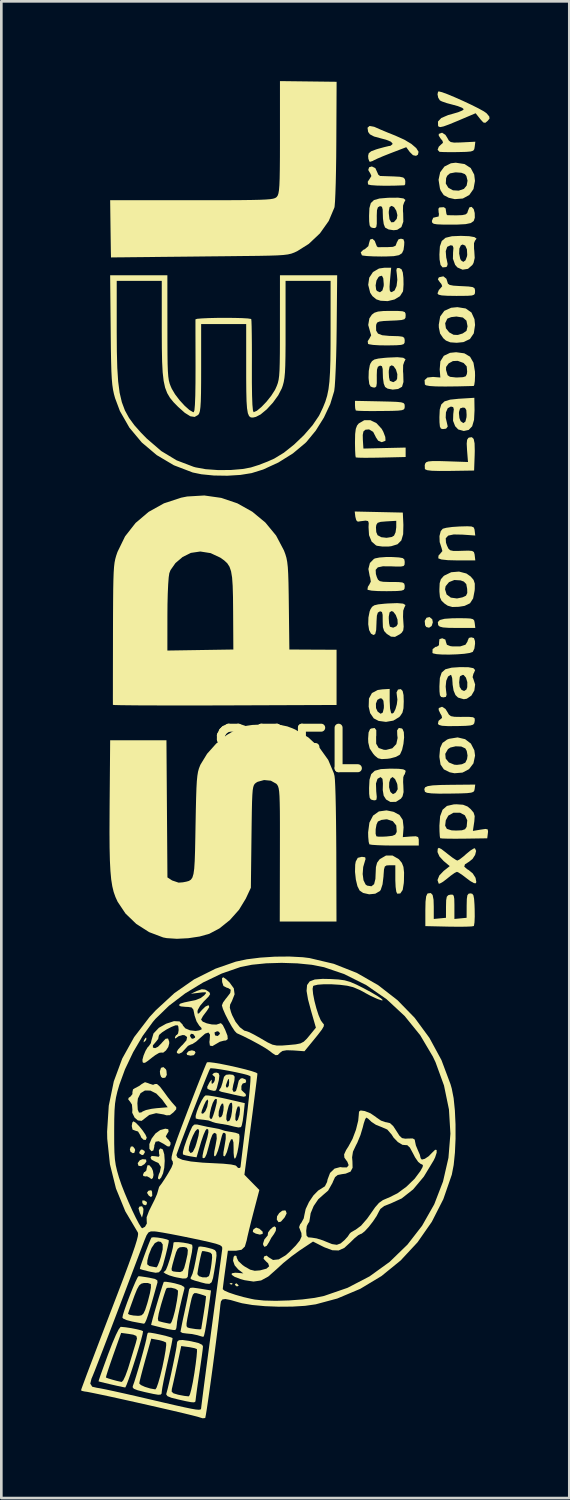
<source format=kicad_pcb>
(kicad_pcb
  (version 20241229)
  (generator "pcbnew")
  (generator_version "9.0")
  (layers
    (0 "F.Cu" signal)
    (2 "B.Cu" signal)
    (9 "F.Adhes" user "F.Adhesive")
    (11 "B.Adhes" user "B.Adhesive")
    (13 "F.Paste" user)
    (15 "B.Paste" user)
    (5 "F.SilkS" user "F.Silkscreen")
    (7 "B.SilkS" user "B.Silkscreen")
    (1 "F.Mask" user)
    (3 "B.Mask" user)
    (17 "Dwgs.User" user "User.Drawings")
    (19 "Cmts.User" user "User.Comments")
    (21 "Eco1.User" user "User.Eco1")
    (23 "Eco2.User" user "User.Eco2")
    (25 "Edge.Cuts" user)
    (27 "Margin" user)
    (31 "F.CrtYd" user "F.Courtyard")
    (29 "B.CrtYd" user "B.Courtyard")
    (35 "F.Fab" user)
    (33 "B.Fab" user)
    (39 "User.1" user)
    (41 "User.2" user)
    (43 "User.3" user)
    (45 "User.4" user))
  (footprint "SPEL"
    (layer "F.Cu")
    (at 7.761 25.153)
    (property "Reference" "SPEL" (at 0 0 0) (layer "F.SilkS") (effects (font (size 1.524 1.524) (thickness 0.3))))
    (attr through_hole)
    (fp_poly (pts (xy -2.07 20.061) (xy -2.079 20.103) (xy -2.117 20.108) (xy -2.175 20.083) (xy -2.164 20.061) (xy -2.08 20.053)) (stroke (width 0) (type solid)) (fill yes) (layer "F.SilkS"))
    (fp_poly (pts (xy -5.415 17.263) (xy -5.427 17.42) (xy -5.471 17.589) (xy -5.555 17.405) (xy -5.601 17.243) (xy -5.565 17.175) (xy -5.466 17.166)) (stroke (width 0) (type solid)) (fill yes) (layer "F.SilkS"))
    (fp_poly (pts (xy -5.313 10.903) (xy -5.353 10.955) (xy -5.413 11) (xy -5.398 10.929) (xy -5.393 10.915) (xy -5.337 10.829) (xy -5.305 10.828)) (stroke (width 0) (type solid)) (fill yes) (layer "F.SilkS"))
    (fp_poly (pts (xy -5.287 17.006) (xy -5.291 17.091) (xy -5.348 17.129) (xy -5.426 17.093) (xy -5.459 17.037) (xy -5.46 16.95) (xy -5.385 16.946)) (stroke (width 0) (type solid)) (fill yes) (layer "F.SilkS"))
    (fp_poly (pts (xy -5.74 15.007) (xy -5.727 15.052) (xy -5.758 15.153) (xy -5.816 15.169) (xy -5.907 15.11) (xy -5.927 15.022) (xy -5.889 14.919) (xy -5.811 14.916)) (stroke (width 0) (type solid)) (fill yes) (layer "F.SilkS"))
    (fp_poly (pts (xy -5.375 15.085) (xy -5.362 15.134) (xy -5.419 15.228) (xy -5.468 15.24) (xy -5.562 15.184) (xy -5.574 15.134) (xy -5.517 15.041) (xy -5.468 15.028)) (stroke (width 0) (type solid)) (fill yes) (layer "F.SilkS"))
    (fp_poly (pts (xy -5.092 16.619) (xy -5.084 16.771) (xy -5.135 16.82) (xy -5.219 16.759) (xy -5.282 16.658) (xy -5.238 16.591) (xy -5.217 16.577) (xy -5.122 16.561)) (stroke (width 0) (type solid)) (fill yes) (layer "F.SilkS"))
    (fp_poly (pts (xy -3.487 11.329) (xy -3.457 11.39) (xy -3.518 11.48) (xy -3.639 11.501) (xy -3.773 11.473) (xy -3.793 11.412) (xy -3.714 11.329) (xy -3.592 11.3)) (stroke (width 0) (type solid)) (fill yes) (layer "F.SilkS"))
    (fp_poly (pts (xy -1.905 20.073) (xy -1.838 20.136) (xy -1.834 20.148) (xy -1.889 20.178) (xy -1.905 20.179) (xy -1.973 20.125) (xy -1.976 20.104) (xy -1.932 20.062)) (stroke (width 0) (type solid)) (fill yes) (layer "F.SilkS"))
    (fp_poly (pts (xy -5.317 15.406) (xy -5.305 15.485) (xy -5.376 15.579) (xy -5.503 15.656) (xy -5.603 15.642) (xy -5.632 15.545) (xy -5.631 15.54) (xy -5.551 15.433) (xy -5.45 15.394)) (stroke (width 0) (type solid)) (fill yes) (layer "F.SilkS"))
    (fp_poly (pts (xy 5.446 -4.912) (xy 5.468 -4.798) (xy 5.424 -4.66) (xy 5.326 -4.595) (xy 5.222 -4.621) (xy 5.178 -4.687) (xy 5.162 -4.851) (xy 5.23 -4.969) (xy 5.344 -4.996)) (stroke (width 0) (type solid)) (fill yes) (layer "F.SilkS"))
    (fp_poly (pts (xy -4.573 12.012) (xy -4.551 12.064) (xy -4.538 12.225) (xy -4.595 12.328) (xy -4.693 12.34) (xy -4.751 12.3) (xy -4.788 12.199) (xy -4.798 12.089) (xy -4.756 11.957) (xy -4.665 11.93)) (stroke (width 0) (type solid)) (fill yes) (layer "F.SilkS"))
    (fp_poly (pts (xy -1.055 18.01) (xy -1.052 18.012) (xy -0.931 18.123) (xy -0.932 18.204) (xy -1.038 18.23) (xy -1.19 18.194) (xy -1.302 18.133) (xy -1.293 18.057) (xy -1.272 18.029) (xy -1.178 17.965)) (stroke (width 0) (type solid)) (fill yes) (layer "F.SilkS"))
    (fp_poly (pts (xy -0.063 17.336) (xy -0.03 17.43) (xy -0.099 17.572) (xy -0.116 17.595) (xy -0.245 17.743) (xy -0.335 17.764) (xy -0.4 17.668) (xy -0.392 17.545) (xy -0.31 17.419) (xy -0.195 17.331) (xy -0.087 17.319)) (stroke (width 0) (type solid)) (fill yes) (layer "F.SilkS"))
    (fp_poly (pts (xy -5.705 14.023) (xy -5.578 14.152) (xy -5.444 14.317) (xy -5.338 14.475) (xy -5.292 14.583) (xy -5.292 14.586) (xy -5.33 14.671) (xy -5.413 14.663) (xy -5.499 14.579) (xy -5.532 14.499) (xy -5.619 14.353) (xy -5.716 14.323) (xy -5.826 14.281) (xy -5.856 14.146) (xy -5.834 14.014) (xy -5.791 13.97)) (stroke (width 0) (type solid)) (fill yes) (layer "F.SilkS"))
    (fp_poly (pts (xy -5.191 15.623) (xy -5.107 15.723) (xy -5.059 15.833) (xy -5.036 15.986) (xy -5.062 16.102) (xy -5.12 16.143) (xy -5.185 16.088) (xy -5.285 16.036) (xy -5.334 16.044) (xy -5.42 16.027) (xy -5.433 15.979) (xy -5.394 15.886) (xy -5.362 15.875) (xy -5.306 15.816) (xy -5.292 15.728) (xy -5.262 15.62)) (stroke (width 0) (type solid)) (fill yes) (layer "F.SilkS"))
    (fp_poly (pts (xy -0.428 17.973) (xy -0.439 18.088) (xy -0.508 18.211) (xy -0.512 18.216) (xy -0.606 18.348) (xy -0.687 18.503) (xy -0.779 18.651) (xy -0.863 18.692) (xy -0.913 18.62) (xy -0.917 18.565) (xy -0.866 18.409) (xy -0.81 18.343) (xy -0.738 18.255) (xy -0.739 18.217) (xy -0.727 18.146) (xy -0.648 18.039) (xy -0.547 17.948) (xy -0.483 17.921)) (stroke (width 0) (type solid)) (fill yes) (layer "F.SilkS"))
    (fp_poly (pts (xy 6.693 -4.951) (xy 6.878 -4.941) (xy 6.979 -4.915) (xy 7.024 -4.864) (xy 7.041 -4.781) (xy 7.043 -4.769) (xy 7.065 -4.586) (xy 6.388 -4.586) (xy 6.061 -4.59) (xy 5.85 -4.605) (xy 5.73 -4.636) (xy 5.674 -4.684) (xy 5.668 -4.697) (xy 5.656 -4.808) (xy 5.731 -4.884) (xy 5.908 -4.93) (xy 6.202 -4.95) (xy 6.395 -4.952)) (stroke (width 0) (type solid)) (fill yes) (layer "F.SilkS"))
    (fp_poly (pts (xy 7.041 1.468) (xy 7.027 1.534) (xy 6.991 1.58) (xy 6.908 1.609) (xy 6.755 1.627) (xy 6.51 1.637) (xy 6.15 1.643) (xy 6.112 1.644) (xy 5.701 1.646) (xy 5.418 1.636) (xy 5.247 1.614) (xy 5.173 1.578) (xy 5.17 1.572) (xy 5.147 1.476) (xy 5.177 1.408) (xy 5.276 1.363) (xy 5.463 1.335) (xy 5.758 1.32) (xy 6.127 1.314) (xy 7.062 1.305)) (stroke (width 0) (type solid)) (fill yes) (layer "F.SilkS"))
    (fp_poly (pts (xy 3.475 -13.108) (xy 3.853 -13.099) (xy 4.112 -13.089) (xy 4.275 -13.072) (xy 4.364 -13.045) (xy 4.401 -13.004) (xy 4.41 -12.942) (xy 4.41 -12.921) (xy 4.406 -12.853) (xy 4.378 -12.806) (xy 4.305 -12.776) (xy 4.163 -12.759) (xy 3.93 -12.75) (xy 3.582 -12.746) (xy 3.504 -12.745) (xy 3.162 -12.743) (xy 2.875 -12.746) (xy 2.669 -12.753) (xy 2.573 -12.763) (xy 2.57 -12.765) (xy 2.547 -12.85) (xy 2.54 -12.961) (xy 2.54 -13.127)) (stroke (width 0) (type solid)) (fill yes) (layer "F.SilkS"))
    (fp_poly (pts (xy -4.701 15.018) (xy -4.682 15.044) (xy -4.633 15.21) (xy -4.616 15.454) (xy -4.633 15.717) (xy -4.679 15.928) (xy -4.75 16.084) (xy -4.819 16.158) (xy -4.863 16.131) (xy -4.868 16.082) (xy -4.837 15.962) (xy -4.798 15.875) (xy -4.76 15.688) (xy -4.849 15.541) (xy -4.982 15.479) (xy -5.111 15.411) (xy -5.151 15.337) (xy -5.109 15.271) (xy -4.969 15.283) (xy -4.966 15.284) (xy -4.838 15.303) (xy -4.811 15.253) (xy -4.828 15.185) (xy -4.835 15.054) (xy -4.781 14.987)) (stroke (width 0) (type solid)) (fill yes) (layer "F.SilkS"))
    (fp_poly (pts (xy -4.482 14.268) (xy -4.47 14.354) (xy -4.519 14.433) (xy -4.577 14.536) (xy -4.519 14.619) (xy -4.486 14.645) (xy -4.396 14.77) (xy -4.401 14.854) (xy -4.443 14.919) (xy -4.518 14.907) (xy -4.656 14.817) (xy -4.844 14.717) (xy -4.96 14.737) (xy -5.008 14.878) (xy -5.009 14.927) (xy -5.042 15.063) (xy -5.115 15.095) (xy -5.19 15.008) (xy -5.192 15.001) (xy -5.194 14.826) (xy -5.108 14.619) (xy -4.964 14.427) (xy -4.788 14.3) (xy -4.785 14.299) (xy -4.594 14.246)) (stroke (width 0) (type solid)) (fill yes) (layer "F.SilkS"))
    (fp_poly (pts (xy -2.592 12.159) (xy -2.56 12.246) (xy -2.58 12.419) (xy -2.651 12.699) (xy -2.656 12.718) (xy -2.691 12.806) (xy -2.761 12.826) (xy -2.91 12.792) (xy -3.007 12.75) (xy -3.018 12.673) (xy -2.943 12.525) (xy -2.921 12.488) (xy -2.858 12.402) (xy -2.847 12.425) (xy -2.85 12.435) (xy -2.855 12.538) (xy -2.828 12.559) (xy -2.764 12.5) (xy -2.731 12.418) (xy -2.727 12.305) (xy -2.758 12.277) (xy -2.82 12.223) (xy -2.822 12.206) (xy -2.763 12.15) (xy -2.676 12.136)) (stroke (width 0) (type solid)) (fill yes) (layer "F.SilkS"))
    (fp_poly (pts (xy 7.004 -11.693) (xy 7.038 -11.528) (xy 7.045 -11.248) (xy 7.041 -11.085) (xy 7.02 -10.506) (xy 6.112 -10.492) (xy 5.707 -10.49) (xy 5.427 -10.498) (xy 5.256 -10.519) (xy 5.177 -10.554) (xy 5.169 -10.566) (xy 5.163 -10.705) (xy 5.179 -10.768) (xy 5.217 -10.817) (xy 5.3 -10.848) (xy 5.453 -10.862) (xy 5.701 -10.863) (xy 6.006 -10.854) (xy 6.79 -10.827) (xy 6.755 -11.266) (xy 6.742 -11.518) (xy 6.757 -11.663) (xy 6.804 -11.733) (xy 6.829 -11.746) (xy 6.936 -11.76)) (stroke (width 0) (type solid)) (fill yes) (layer "F.SilkS"))
    (fp_poly (pts (xy 3.305 -21.88) (xy 3.358 -21.766) (xy 3.418 -21.632) (xy 3.483 -21.585) (xy 3.593 -21.581) (xy 3.795 -21.574) (xy 3.986 -21.568) (xy 4.224 -21.555) (xy 4.355 -21.527) (xy 4.414 -21.469) (xy 4.432 -21.396) (xy 4.428 -21.272) (xy 4.397 -21.234) (xy 4.015 -21.22) (xy 3.659 -21.217) (xy 3.359 -21.224) (xy 3.141 -21.24) (xy 3.034 -21.265) (xy 3.031 -21.268) (xy 3.02 -21.368) (xy 3.083 -21.464) (xy 3.157 -21.583) (xy 3.119 -21.675) (xy 3.117 -21.676) (xy 3.039 -21.81) (xy 3.071 -21.911) (xy 3.174 -21.943)) (stroke (width 0) (type solid)) (fill yes) (layer "F.SilkS"))
    (fp_poly (pts (xy 5.941 -23.131) (xy 6.012 -23.019) (xy 6.069 -22.917) (xy 6.141 -22.861) (xy 6.265 -22.84) (xy 6.479 -22.844) (xy 6.586 -22.849) (xy 7.066 -22.873) (xy 7.043 -22.684) (xy 7.027 -22.593) (xy 6.987 -22.537) (xy 6.894 -22.506) (xy 6.72 -22.491) (xy 6.437 -22.484) (xy 6.403 -22.483) (xy 6.116 -22.481) (xy 5.883 -22.484) (xy 5.739 -22.491) (xy 5.715 -22.495) (xy 5.648 -22.57) (xy 5.69 -22.684) (xy 5.767 -22.758) (xy 5.849 -22.833) (xy 5.832 -22.906) (xy 5.767 -22.983) (xy 5.691 -23.099) (xy 5.691 -23.166) (xy 5.815 -23.212)) (stroke (width 0) (type solid)) (fill yes) (layer "F.SilkS"))
    (fp_poly (pts (xy 5.942 -1.541) (xy 6.013 -1.429) (xy 6.073 -1.326) (xy 6.15 -1.268) (xy 6.282 -1.244) (xy 6.509 -1.24) (xy 6.585 -1.241) (xy 6.837 -1.241) (xy 6.978 -1.228) (xy 7.038 -1.19) (xy 7.046 -1.117) (xy 7.041 -1.077) (xy 7.025 -0.998) (xy 6.981 -0.948) (xy 6.881 -0.919) (xy 6.699 -0.904) (xy 6.407 -0.896) (xy 6.359 -0.895) (xy 6.027 -0.894) (xy 5.815 -0.907) (xy 5.698 -0.939) (xy 5.66 -0.979) (xy 5.681 -1.089) (xy 5.739 -1.141) (xy 5.814 -1.202) (xy 5.798 -1.287) (xy 5.75 -1.367) (xy 5.687 -1.5) (xy 5.691 -1.575) (xy 5.815 -1.622)) (stroke (width 0) (type solid)) (fill yes) (layer "F.SilkS"))
    (fp_poly (pts (xy 5.977 -17.72) (xy 6.011 -17.615) (xy 6.035 -17.535) (xy 6.102 -17.487) (xy 6.241 -17.46) (xy 6.484 -17.444) (xy 6.544 -17.442) (xy 6.808 -17.428) (xy 6.961 -17.407) (xy 7.033 -17.366) (xy 7.054 -17.295) (xy 7.056 -17.248) (xy 7.051 -17.169) (xy 7.02 -17.119) (xy 6.937 -17.09) (xy 6.775 -17.078) (xy 6.51 -17.075) (xy 6.35 -17.074) (xy 6.015 -17.079) (xy 5.8 -17.093) (xy 5.683 -17.121) (xy 5.645 -17.165) (xy 5.644 -17.172) (xy 5.694 -17.295) (xy 5.752 -17.358) (xy 5.82 -17.438) (xy 5.788 -17.523) (xy 5.737 -17.583) (xy 5.659 -17.692) (xy 5.685 -17.76) (xy 5.711 -17.778) (xy 5.864 -17.81)) (stroke (width 0) (type solid)) (fill yes) (layer "F.SilkS"))
    (fp_poly (pts (xy 7.013 -4.205) (xy 7.052 -4.093) (xy 7.056 -3.995) (xy 7.031 -3.811) (xy 6.972 -3.689) (xy 6.967 -3.684) (xy 6.855 -3.645) (xy 6.648 -3.614) (xy 6.383 -3.594) (xy 6.097 -3.584) (xy 5.826 -3.586) (xy 5.607 -3.601) (xy 5.474 -3.63) (xy 5.453 -3.648) (xy 5.459 -3.789) (xy 5.567 -3.874) (xy 5.618 -3.881) (xy 5.698 -3.936) (xy 5.702 -4.039) (xy 5.716 -4.164) (xy 5.821 -4.198) (xy 5.939 -4.148) (xy 5.962 -4.057) (xy 5.997 -3.953) (xy 6.125 -3.903) (xy 6.201 -3.893) (xy 6.5 -3.893) (xy 6.695 -3.955) (xy 6.772 -4.076) (xy 6.773 -4.094) (xy 6.824 -4.211) (xy 6.914 -4.233)) (stroke (width 0) (type solid)) (fill yes) (layer "F.SilkS"))
    (fp_poly (pts (xy 4.363 -19.203) (xy 4.395 -19.105) (xy 4.39 -18.984) (xy 4.365 -18.801) (xy 4.307 -18.679) (xy 4.193 -18.606) (xy 3.998 -18.569) (xy 3.698 -18.557) (xy 3.531 -18.556) (xy 3.233 -18.561) (xy 2.99 -18.573) (xy 2.835 -18.591) (xy 2.799 -18.603) (xy 2.756 -18.711) (xy 2.85 -18.805) (xy 2.909 -18.83) (xy 3.042 -18.945) (xy 3.068 -19.057) (xy 3.108 -19.193) (xy 3.196 -19.221) (xy 3.284 -19.142) (xy 3.313 -19.063) (xy 3.362 -18.94) (xy 3.404 -18.905) (xy 3.502 -18.907) (xy 3.685 -18.909) (xy 3.77 -18.909) (xy 3.968 -18.919) (xy 4.066 -18.961) (xy 4.103 -19.054) (xy 4.105 -19.068) (xy 4.175 -19.2) (xy 4.269 -19.226)) (stroke (width 0) (type solid)) (fill yes) (layer "F.SilkS"))
    (fp_poly (pts (xy 7.005 -20.338) (xy 7.043 -20.192) (xy 7.047 -20.013) (xy 7.005 -19.891) (xy 6.896 -19.814) (xy 6.699 -19.773) (xy 6.394 -19.757) (xy 6.165 -19.756) (xy 5.837 -19.757) (xy 5.625 -19.766) (xy 5.503 -19.786) (xy 5.448 -19.823) (xy 5.433 -19.881) (xy 5.433 -19.897) (xy 5.481 -20.013) (xy 5.582 -20.038) (xy 5.686 -20.061) (xy 5.698 -20.158) (xy 5.686 -20.214) (xy 5.677 -20.351) (xy 5.714 -20.401) (xy 5.88 -20.411) (xy 5.95 -20.362) (xy 5.962 -20.268) (xy 5.982 -20.145) (xy 6.015 -20.11) (xy 6.35 -20.104) (xy 6.569 -20.112) (xy 6.698 -20.139) (xy 6.762 -20.19) (xy 6.786 -20.267) (xy 6.841 -20.403) (xy 6.925 -20.423)) (stroke (width 0) (type solid)) (fill yes) (layer "F.SilkS"))
    (fp_poly (pts (xy 4.299 -0.806) (xy 4.329 -0.785) (xy 4.377 -0.668) (xy 4.387 -0.467) (xy 4.363 -0.229) (xy 4.312 -0.003) (xy 4.239 0.161) (xy 4.217 0.188) (xy 4.081 0.262) (xy 3.867 0.32) (xy 3.758 0.335) (xy 3.541 0.347) (xy 3.405 0.315) (xy 3.288 0.218) (xy 3.223 0.143) (xy 3.093 -0.054) (xy 3.04 -0.275) (xy 3.034 -0.421) (xy 3.051 -0.656) (xy 3.105 -0.778) (xy 3.146 -0.804) (xy 3.279 -0.823) (xy 3.341 -0.741) (xy 3.341 -0.543) (xy 3.335 -0.495) (xy 3.337 -0.232) (xy 3.43 -0.072) (xy 3.625 -0.004) (xy 3.711 0) (xy 3.943 -0.059) (xy 4.094 -0.218) (xy 4.143 -0.449) (xy 4.13 -0.555) (xy 4.124 -0.733) (xy 4.188 -0.825)) (stroke (width 0) (type solid)) (fill yes) (layer "F.SilkS"))
    (fp_poly (pts (xy 6.661 -22.033) (xy 6.893 -21.883) (xy 7.024 -21.636) (xy 7.053 -21.4) (xy 6.997 -21.094) (xy 6.838 -20.868) (xy 6.597 -20.737) (xy 6.295 -20.713) (xy 6.068 -20.764) (xy 5.878 -20.864) (xy 5.765 -21.032) (xy 5.735 -21.114) (xy 5.705 -21.3) (xy 5.955 -21.3) (xy 6.051 -21.142) (xy 6.223 -21.046) (xy 6.441 -21.033) (xy 6.637 -21.099) (xy 6.74 -21.224) (xy 6.773 -21.408) (xy 6.729 -21.585) (xy 6.672 -21.656) (xy 6.539 -21.706) (xy 6.341 -21.72) (xy 6.303 -21.718) (xy 6.112 -21.682) (xy 6.009 -21.595) (xy 5.968 -21.504) (xy 5.955 -21.3) (xy 5.705 -21.3) (xy 5.683 -21.442) (xy 5.744 -21.725) (xy 5.903 -21.939) (xy 6.148 -22.062) (xy 6.329 -22.084)) (stroke (width 0) (type solid)) (fill yes) (layer "F.SilkS"))
    (fp_poly (pts (xy 3.348 -12.288) (xy 3.543 -12.076) (xy 3.604 -11.967) (xy 3.679 -11.77) (xy 3.688 -11.641) (xy 3.677 -11.621) (xy 3.547 -11.573) (xy 3.411 -11.629) (xy 3.321 -11.764) (xy 3.318 -11.776) (xy 3.223 -11.961) (xy 3.07 -12.053) (xy 2.934 -12.042) (xy 2.859 -11.979) (xy 2.832 -11.843) (xy 2.836 -11.664) (xy 2.857 -11.333) (xy 3.651 -11.352) (xy 4.445 -11.37) (xy 4.445 -11.015) (xy 3.522 -10.993) (xy 3.176 -10.987) (xy 2.885 -10.986) (xy 2.675 -10.99) (xy 2.574 -10.999) (xy 2.569 -11.001) (xy 2.555 -11.08) (xy 2.545 -11.265) (xy 2.54 -11.518) (xy 2.54 -11.583) (xy 2.546 -11.88) (xy 2.57 -12.073) (xy 2.618 -12.199) (xy 2.681 -12.277) (xy 2.888 -12.398) (xy 3.12 -12.399)) (stroke (width 0) (type solid)) (fill yes) (layer "F.SilkS"))
    (fp_poly (pts (xy 6.706 -16.601) (xy 6.92 -16.45) (xy 7.034 -16.199) (xy 7.056 -15.981) (xy 7.008 -15.666) (xy 6.863 -15.452) (xy 6.616 -15.336) (xy 6.366 -15.311) (xy 6.124 -15.328) (xy 5.961 -15.394) (xy 5.857 -15.486) (xy 5.74 -15.661) (xy 5.694 -15.888) (xy 5.691 -15.991) (xy 5.701 -16.047) (xy 5.932 -16.047) (xy 5.96 -15.857) (xy 6.083 -15.703) (xy 6.248 -15.612) (xy 6.407 -15.605) (xy 6.592 -15.662) (xy 6.734 -15.76) (xy 6.773 -15.93) (xy 6.732 -16.143) (xy 6.598 -16.261) (xy 6.356 -16.298) (xy 6.35 -16.298) (xy 6.157 -16.276) (xy 6.021 -16.222) (xy 6.011 -16.214) (xy 5.932 -16.047) (xy 5.701 -16.047) (xy 5.744 -16.3) (xy 5.899 -16.512) (xy 6.157 -16.628) (xy 6.392 -16.651)) (stroke (width 0) (type solid)) (fill yes) (layer "F.SilkS"))
    (fp_poly (pts (xy 6.681 -0.403) (xy 6.899 -0.237) (xy 7.029 0.015) (xy 7.056 0.217) (xy 6.995 0.507) (xy 6.829 0.725) (xy 6.584 0.854) (xy 6.282 0.879) (xy 6.103 0.843) (xy 5.882 0.733) (xy 5.758 0.551) (xy 5.715 0.272) (xy 5.715 0.229) (xy 5.722 0.149) (xy 5.935 0.149) (xy 5.952 0.327) (xy 6.071 0.473) (xy 6.274 0.556) (xy 6.376 0.564) (xy 6.562 0.54) (xy 6.688 0.48) (xy 6.689 0.48) (xy 6.754 0.348) (xy 6.773 0.212) (xy 6.743 0.04) (xy 6.689 -0.056) (xy 6.537 -0.126) (xy 6.327 -0.135) (xy 6.128 -0.088) (xy 6.038 -0.03) (xy 5.935 0.149) (xy 5.722 0.149) (xy 5.741 -0.068) (xy 5.83 -0.262) (xy 6.001 -0.386) (xy 6.079 -0.417) (xy 6.4 -0.469)) (stroke (width 0) (type solid)) (fill yes) (layer "F.SilkS"))
    (fp_poly (pts (xy 5.815 -24.735) (xy 6.031 -24.655) (xy 6.308 -24.539) (xy 6.614 -24.403) (xy 6.918 -24.26) (xy 7.186 -24.126) (xy 7.387 -24.015) (xy 7.487 -23.945) (xy 7.59 -23.822) (xy 7.6 -23.743) (xy 7.526 -23.653) (xy 7.44 -23.583) (xy 7.367 -23.597) (xy 7.264 -23.709) (xy 7.241 -23.738) (xy 7.077 -23.944) (xy 6.392 -23.653) (xy 6.081 -23.525) (xy 5.876 -23.45) (xy 5.752 -23.423) (xy 5.687 -23.439) (xy 5.665 -23.474) (xy 5.661 -23.632) (xy 5.786 -23.765) (xy 6.043 -23.875) (xy 6.199 -23.918) (xy 6.423 -23.983) (xy 6.58 -24.049) (xy 6.632 -24.096) (xy 6.569 -24.149) (xy 6.406 -24.213) (xy 6.227 -24.262) (xy 5.991 -24.325) (xy 5.807 -24.389) (xy 5.733 -24.428) (xy 5.67 -24.528) (xy 5.644 -24.657) (xy 5.664 -24.751) (xy 5.692 -24.765)) (stroke (width 0) (type solid)) (fill yes) (layer "F.SilkS"))
    (fp_poly (pts (xy 3.435 -8.945) (xy 4.339 -8.925) (xy 4.36 -8.461) (xy 4.352 -8.112) (xy 4.283 -7.877) (xy 4.139 -7.733) (xy 3.906 -7.661) (xy 3.807 -7.649) (xy 3.575 -7.647) (xy 3.376 -7.675) (xy 3.333 -7.689) (xy 3.166 -7.833) (xy 3.068 -8.076) (xy 3.05 -8.374) (xy 3.329 -8.374) (xy 3.34 -8.192) (xy 3.39 -8.074) (xy 3.528 -7.999) (xy 3.728 -7.976) (xy 3.919 -8.006) (xy 4.008 -8.057) (xy 4.066 -8.183) (xy 4.092 -8.37) (xy 4.092 -8.379) (xy 4.092 -8.615) (xy 3.722 -8.594) (xy 3.505 -8.576) (xy 3.391 -8.539) (xy 3.343 -8.463) (xy 3.329 -8.374) (xy 3.05 -8.374) (xy 3.05 -8.388) (xy 3.057 -8.532) (xy 3.032 -8.605) (xy 2.941 -8.623) (xy 2.754 -8.6) (xy 2.646 -8.583) (xy 2.588 -8.636) (xy 2.553 -8.769) (xy 2.53 -8.965)) (stroke (width 0) (type solid)) (fill yes) (layer "F.SilkS"))
    (fp_poly (pts (xy 6.729 -6.634) (xy 6.891 -6.521) (xy 7.001 -6.391) (xy 7.046 -6.254) (xy 7.045 -6.053) (xy 7.039 -5.987) (xy 6.983 -5.696) (xy 6.866 -5.514) (xy 6.662 -5.416) (xy 6.443 -5.381) (xy 6.201 -5.374) (xy 6.029 -5.422) (xy 5.909 -5.502) (xy 5.793 -5.613) (xy 5.735 -5.743) (xy 5.716 -5.945) (xy 5.715 -6.032) (xy 5.715 -6.04) (xy 5.927 -6.04) (xy 5.986 -5.846) (xy 6.144 -5.727) (xy 6.376 -5.695) (xy 6.583 -5.737) (xy 6.715 -5.799) (xy 6.763 -5.9) (xy 6.759 -6.056) (xy 6.725 -6.236) (xy 6.635 -6.329) (xy 6.511 -6.375) (xy 6.276 -6.389) (xy 6.076 -6.309) (xy 5.95 -6.157) (xy 5.927 -6.04) (xy 5.715 -6.04) (xy 5.725 -6.269) (xy 5.769 -6.416) (xy 5.864 -6.527) (xy 5.901 -6.557) (xy 6.158 -6.681) (xy 6.452 -6.706)) (stroke (width 0) (type solid)) (fill yes) (layer "F.SilkS"))
    (fp_poly (pts (xy 3.26 -23.435) (xy 3.33 -23.405) (xy 3.514 -23.324) (xy 3.775 -23.215) (xy 4.055 -23.103) (xy 4.057 -23.102) (xy 4.394 -22.95) (xy 4.661 -22.79) (xy 4.844 -22.633) (xy 4.931 -22.494) (xy 4.907 -22.386) (xy 4.836 -22.342) (xy 4.722 -22.366) (xy 4.601 -22.485) (xy 4.468 -22.667) (xy 3.874 -22.439) (xy 3.601 -22.331) (xy 3.375 -22.234) (xy 3.232 -22.165) (xy 3.204 -22.148) (xy 3.107 -22.118) (xy 3.08 -22.132) (xy 3.043 -22.232) (xy 3.034 -22.338) (xy 3.057 -22.438) (xy 3.147 -22.513) (xy 3.336 -22.584) (xy 3.415 -22.608) (xy 3.639 -22.669) (xy 3.811 -22.71) (xy 3.874 -22.719) (xy 3.945 -22.775) (xy 3.951 -22.81) (xy 3.886 -22.876) (xy 3.708 -22.948) (xy 3.522 -22.997) (xy 3.255 -23.07) (xy 3.101 -23.151) (xy 3.035 -23.241) (xy 3.011 -23.399) (xy 3.089 -23.466)) (stroke (width 0) (type solid)) (fill yes) (layer "F.SilkS"))
    (fp_poly (pts (xy 6.921 -8.402) (xy 7.001 -8.37) (xy 7.032 -8.304) (xy 7.042 -8.241) (xy 7.063 -8.062) (xy 6.581 -8.096) (xy 6.252 -8.102) (xy 6.046 -8.059) (xy 5.953 -7.958) (xy 5.962 -7.793) (xy 5.999 -7.686) (xy 6.053 -7.571) (xy 6.12 -7.508) (xy 6.237 -7.483) (xy 6.443 -7.483) (xy 6.554 -7.487) (xy 6.804 -7.494) (xy 6.945 -7.482) (xy 7.012 -7.441) (xy 7.037 -7.359) (xy 7.043 -7.315) (xy 7.065 -7.126) (xy 6.394 -7.126) (xy 6.034 -7.135) (xy 5.792 -7.161) (xy 5.677 -7.202) (xy 5.673 -7.207) (xy 5.681 -7.307) (xy 5.745 -7.378) (xy 5.827 -7.477) (xy 5.792 -7.607) (xy 5.791 -7.61) (xy 5.725 -7.816) (xy 5.717 -8.04) (xy 5.765 -8.228) (xy 5.842 -8.318) (xy 5.972 -8.353) (xy 6.197 -8.384) (xy 6.47 -8.402) (xy 6.494 -8.403) (xy 6.763 -8.41)) (stroke (width 0) (type solid)) (fill yes) (layer "F.SilkS"))
    (fp_poly (pts (xy 6.653 -14.914) (xy 6.867 -14.788) (xy 6.996 -14.563) (xy 7.052 -14.227) (xy 7.056 -14.08) (xy 7.047 -13.866) (xy 7.025 -13.723) (xy 7.003 -13.686) (xy 6.403 -13.671) (xy 5.934 -13.666) (xy 5.586 -13.67) (xy 5.349 -13.685) (xy 5.213 -13.711) (xy 5.169 -13.741) (xy 5.157 -13.906) (xy 5.263 -14.004) (xy 5.478 -14.027) (xy 5.485 -14.026) (xy 5.75 -14.005) (xy 5.728 -14.289) (xy 5.964 -14.289) (xy 6.011 -14.134) (xy 6.024 -14.091) (xy 6.114 -14.031) (xy 6.329 -14.007) (xy 6.395 -14.007) (xy 6.601 -14.017) (xy 6.705 -14.051) (xy 6.747 -14.135) (xy 6.759 -14.227) (xy 6.741 -14.423) (xy 6.626 -14.551) (xy 6.404 -14.632) (xy 6.223 -14.623) (xy 6.063 -14.535) (xy 5.967 -14.402) (xy 5.964 -14.289) (xy 5.728 -14.289) (xy 5.726 -14.311) (xy 5.751 -14.613) (xy 5.88 -14.821) (xy 6.115 -14.933) (xy 6.345 -14.956)) (stroke (width 0) (type solid)) (fill yes) (layer "F.SilkS"))
    (fp_poly (pts (xy -4.878 18.342) (xy -4.692 18.373) (xy -4.533 18.412) (xy -4.462 18.445) (xy -4.468 18.519) (xy -4.506 18.697) (xy -4.566 18.946) (xy -4.6 19.077) (xy -4.681 19.375) (xy -4.751 19.558) (xy -4.834 19.647) (xy -4.957 19.665) (xy -5.147 19.63) (xy -5.252 19.606) (xy -5.432 19.56) (xy -5.54 19.526) (xy -5.551 19.52) (xy -5.536 19.452) (xy -5.501 19.346) (xy -5.275 19.346) (xy -5.195 19.41) (xy -5.141 19.423) (xy -4.992 19.451) (xy -4.926 19.464) (xy -4.883 19.407) (xy -4.819 19.251) (xy -4.763 19.077) (xy -4.693 18.784) (xy -4.691 18.6) (xy -4.758 18.506) (xy -4.865 18.486) (xy -4.988 18.551) (xy -5.11 18.73) (xy -5.216 18.994) (xy -5.269 19.203) (xy -5.275 19.346) (xy -5.501 19.346) (xy -5.482 19.289) (xy -5.403 19.068) (xy -5.313 18.826) (xy -5.225 18.599) (xy -5.153 18.423) (xy -5.113 18.341) (xy -5.037 18.329)) (stroke (width 0) (type solid)) (fill yes) (layer "F.SilkS"))
    (fp_poly (pts (xy 3.845 -1.84) (xy 3.858 -1.561) (xy 3.896 -1.396) (xy 3.93 -1.36) (xy 3.997 -1.401) (xy 4.063 -1.535) (xy 4.114 -1.714) (xy 4.135 -1.892) (xy 4.121 -2.003) (xy 4.102 -2.16) (xy 4.157 -2.269) (xy 4.264 -2.285) (xy 4.266 -2.284) (xy 4.332 -2.216) (xy 4.366 -2.06) (xy 4.374 -1.824) (xy 4.364 -1.566) (xy 4.324 -1.399) (xy 4.238 -1.27) (xy 4.201 -1.232) (xy 3.982 -1.101) (xy 3.705 -1.053) (xy 3.429 -1.09) (xy 3.246 -1.185) (xy 3.109 -1.385) (xy 3.055 -1.626) (xy 3.059 -1.74) (xy 3.327 -1.74) (xy 3.331 -1.571) (xy 3.392 -1.44) (xy 3.505 -1.358) (xy 3.586 -1.405) (xy 3.625 -1.572) (xy 3.627 -1.664) (xy 3.609 -1.848) (xy 3.554 -1.928) (xy 3.486 -1.94) (xy 3.382 -1.881) (xy 3.327 -1.74) (xy 3.059 -1.74) (xy 3.065 -1.93) (xy 3.177 -2.137) (xy 3.394 -2.252) (xy 3.563 -2.276) (xy 3.845 -2.293)) (stroke (width 0) (type solid)) (fill yes) (layer "F.SilkS"))
    (fp_poly (pts (xy 5.46 5.457) (xy 5.495 5.636) (xy 5.503 5.9) (xy 5.503 6.359) (xy 5.733 6.337) (xy 5.962 6.315) (xy 5.963 5.891) (xy 5.969 5.654) (xy 5.993 5.524) (xy 6.047 5.465) (xy 6.122 5.446) (xy 6.206 5.443) (xy 6.253 5.485) (xy 6.274 5.601) (xy 6.279 5.822) (xy 6.279 5.891) (xy 6.279 6.359) (xy 6.509 6.337) (xy 6.738 6.315) (xy 6.74 5.856) (xy 6.746 5.608) (xy 6.767 5.469) (xy 6.812 5.409) (xy 6.881 5.397) (xy 6.95 5.411) (xy 6.993 5.468) (xy 7.019 5.597) (xy 7.035 5.826) (xy 7.041 5.991) (xy 7.044 6.266) (xy 7.035 6.485) (xy 7.015 6.61) (xy 7.006 6.626) (xy 6.917 6.64) (xy 6.717 6.649) (xy 6.434 6.652) (xy 6.096 6.648) (xy 6.068 6.648) (xy 5.186 6.628) (xy 5.186 6.031) (xy 5.193 5.709) (xy 5.217 5.508) (xy 5.261 5.411) (xy 5.28 5.398) (xy 5.391 5.384)) (stroke (width 0) (type solid)) (fill yes) (layer "F.SilkS"))
    (fp_poly (pts (xy 6.604 2.063) (xy 6.772 2.129) (xy 6.89 2.227) (xy 7.001 2.358) (xy 7.042 2.491) (xy 7.028 2.688) (xy 7.022 2.728) (xy 6.974 3.048) (xy 7.267 2.999) (xy 7.451 2.973) (xy 7.531 2.991) (xy 7.544 3.071) (xy 7.537 3.138) (xy 7.514 3.326) (xy 6.644 3.339) (xy 6.309 3.341) (xy 6.029 3.339) (xy 5.832 3.333) (xy 5.745 3.323) (xy 5.744 3.322) (xy 5.729 3.241) (xy 5.718 3.061) (xy 5.715 2.855) (xy 5.715 2.851) (xy 5.931 2.851) (xy 5.996 2.971) (xy 6.168 3.026) (xy 6.343 3.034) (xy 6.561 3.024) (xy 6.679 2.984) (xy 6.735 2.901) (xy 6.74 2.888) (xy 6.762 2.647) (xy 6.674 2.462) (xy 6.495 2.365) (xy 6.243 2.364) (xy 6.051 2.472) (xy 5.955 2.648) (xy 5.931 2.851) (xy 5.715 2.851) (xy 5.742 2.496) (xy 5.833 2.252) (xy 5.999 2.108) (xy 6.254 2.05) (xy 6.358 2.046)) (stroke (width 0) (type solid)) (fill yes) (layer "F.SilkS"))
    (fp_poly (pts (xy 3.987 2.328) (xy 4.214 2.448) (xy 4.336 2.634) (xy 4.367 2.911) (xy 4.362 2.987) (xy 4.339 3.281) (xy 4.639 3.257) (xy 4.827 3.249) (xy 4.914 3.279) (xy 4.938 3.366) (xy 4.939 3.416) (xy 4.939 3.598) (xy 4.033 3.598) (xy 3.689 3.595) (xy 3.398 3.585) (xy 3.187 3.571) (xy 3.085 3.554) (xy 3.081 3.551) (xy 3.055 3.46) (xy 3.038 3.274) (xy 3.035 3.156) (xy 3.316 3.156) (xy 3.345 3.251) (xy 3.427 3.264) (xy 3.602 3.263) (xy 3.727 3.257) (xy 3.941 3.233) (xy 4.053 3.188) (xy 4.102 3.101) (xy 4.11 3.064) (xy 4.092 2.842) (xy 3.963 2.682) (xy 3.746 2.612) (xy 3.714 2.611) (xy 3.529 2.635) (xy 3.401 2.695) (xy 3.401 2.695) (xy 3.349 2.809) (xy 3.318 2.985) (xy 3.316 3.156) (xy 3.035 3.156) (xy 3.034 3.102) (xy 3.082 2.737) (xy 3.22 2.471) (xy 3.438 2.315) (xy 3.726 2.275)) (stroke (width 0) (type solid)) (fill yes) (layer "F.SilkS"))
    (fp_poly (pts (xy 4.161 -16.508) (xy 4.328 -16.496) (xy 4.412 -16.466) (xy 4.442 -16.408) (xy 4.445 -16.337) (xy 4.438 -16.249) (xy 4.396 -16.196) (xy 4.29 -16.167) (xy 4.092 -16.151) (xy 3.898 -16.143) (xy 3.623 -16.13) (xy 3.459 -16.11) (xy 3.375 -16.072) (xy 3.342 -16.006) (xy 3.333 -15.946) (xy 3.336 -15.768) (xy 3.406 -15.656) (xy 3.564 -15.595) (xy 3.834 -15.569) (xy 3.925 -15.567) (xy 4.18 -15.559) (xy 4.326 -15.54) (xy 4.391 -15.498) (xy 4.409 -15.422) (xy 4.41 -15.389) (xy 4.404 -15.309) (xy 4.368 -15.26) (xy 4.276 -15.232) (xy 4.102 -15.218) (xy 3.817 -15.213) (xy 3.754 -15.212) (xy 3.459 -15.216) (xy 3.218 -15.231) (xy 3.064 -15.256) (xy 3.031 -15.271) (xy 3.019 -15.372) (xy 3.076 -15.459) (xy 3.148 -15.592) (xy 3.11 -15.723) (xy 3.038 -15.98) (xy 3.08 -16.227) (xy 3.175 -16.369) (xy 3.272 -16.442) (xy 3.405 -16.485) (xy 3.611 -16.506) (xy 3.881 -16.51)) (stroke (width 0) (type solid)) (fill yes) (layer "F.SilkS"))
    (fp_poly (pts (xy 5.788 3.729) (xy 5.96 3.861) (xy 6.028 3.916) (xy 6.205 4.052) (xy 6.342 4.142) (xy 6.393 4.162) (xy 6.477 4.118) (xy 6.623 4.005) (xy 6.725 3.914) (xy 6.887 3.781) (xy 7.01 3.707) (xy 7.051 3.701) (xy 7.096 3.799) (xy 7.059 3.948) (xy 6.962 4.1) (xy 6.835 4.203) (xy 6.675 4.305) (xy 6.65 4.393) (xy 6.758 4.487) (xy 6.816 4.52) (xy 6.968 4.645) (xy 7.073 4.811) (xy 7.103 4.966) (xy 7.087 5.016) (xy 7.016 5.012) (xy 6.874 4.932) (xy 6.744 4.834) (xy 6.565 4.697) (xy 6.426 4.607) (xy 6.373 4.586) (xy 6.285 4.629) (xy 6.132 4.738) (xy 6.019 4.831) (xy 5.853 4.959) (xy 5.73 5.028) (xy 5.689 5.031) (xy 5.643 4.896) (xy 5.711 4.725) (xy 5.874 4.554) (xy 6.103 4.372) (xy 5.873 4.179) (xy 5.716 4.008) (xy 5.645 3.847) (xy 5.644 3.828) (xy 5.653 3.717) (xy 5.693 3.683)) (stroke (width 0) (type solid)) (fill yes) (layer "F.SilkS"))
    (fp_poly (pts (xy 7.036 -12.777) (xy 7.018 -12.413) (xy 6.947 -12.17) (xy 6.818 -12.034) (xy 6.632 -11.994) (xy 6.423 -12.051) (xy 6.308 -12.172) (xy 6.228 -12.377) (xy 6.236 -12.631) (xy 6.24 -12.665) (xy 6.449 -12.665) (xy 6.467 -12.482) (xy 6.513 -12.363) (xy 6.614 -12.29) (xy 6.692 -12.345) (xy 6.734 -12.512) (xy 6.738 -12.6) (xy 6.726 -12.782) (xy 6.676 -12.862) (xy 6.597 -12.876) (xy 6.492 -12.841) (xy 6.452 -12.711) (xy 6.449 -12.665) (xy 6.24 -12.665) (xy 6.257 -12.811) (xy 6.232 -12.892) (xy 6.15 -12.912) (xy 6.145 -12.912) (xy 6.029 -12.851) (xy 5.961 -12.696) (xy 5.952 -12.491) (xy 5.99 -12.331) (xy 6.028 -12.162) (xy 5.967 -12.081) (xy 5.844 -12.065) (xy 5.773 -12.083) (xy 5.734 -12.158) (xy 5.718 -12.321) (xy 5.715 -12.513) (xy 5.728 -12.798) (xy 5.784 -12.989) (xy 5.905 -13.106) (xy 6.116 -13.172) (xy 6.442 -13.206) (xy 6.496 -13.209) (xy 7.029 -13.242)) (stroke (width 0) (type solid)) (fill yes) (layer "F.SilkS"))
    (fp_poly (pts (xy 3.858 -17.674) (xy 3.84 -17.422) (xy 3.847 -17.281) (xy 3.884 -17.223) (xy 3.92 -17.216) (xy 4.03 -17.279) (xy 4.104 -17.445) (xy 4.132 -17.678) (xy 4.117 -17.862) (xy 4.096 -18.042) (xy 4.117 -18.118) (xy 4.191 -18.124) (xy 4.206 -18.122) (xy 4.291 -18.075) (xy 4.339 -17.952) (xy 4.361 -17.749) (xy 4.366 -17.508) (xy 4.353 -17.301) (xy 4.343 -17.239) (xy 4.232 -17.064) (xy 4.028 -16.94) (xy 3.77 -16.878) (xy 3.501 -16.892) (xy 3.342 -16.945) (xy 3.196 -17.066) (xy 3.112 -17.191) (xy 3.042 -17.47) (xy 3.316 -17.47) (xy 3.336 -17.308) (xy 3.366 -17.26) (xy 3.479 -17.21) (xy 3.571 -17.279) (xy 3.619 -17.444) (xy 3.622 -17.518) (xy 3.603 -17.739) (xy 3.553 -17.833) (xy 3.463 -17.811) (xy 3.424 -17.781) (xy 3.348 -17.652) (xy 3.316 -17.47) (xy 3.042 -17.47) (xy 3.037 -17.49) (xy 3.076 -17.759) (xy 3.217 -17.973) (xy 3.443 -18.104) (xy 3.641 -18.133) (xy 3.901 -18.133)) (stroke (width 0) (type solid)) (fill yes) (layer "F.SilkS"))
    (fp_poly (pts (xy 3.946 -7.253) (xy 4.194 -7.238) (xy 4.333 -7.214) (xy 4.394 -7.166) (xy 4.409 -7.082) (xy 4.41 -7.056) (xy 4.404 -6.965) (xy 4.366 -6.915) (xy 4.265 -6.895) (xy 4.072 -6.896) (xy 3.898 -6.903) (xy 3.588 -6.905) (xy 3.4 -6.865) (xy 3.318 -6.772) (xy 3.326 -6.615) (xy 3.361 -6.5) (xy 3.405 -6.403) (xy 3.472 -6.347) (xy 3.599 -6.322) (xy 3.821 -6.315) (xy 3.918 -6.315) (xy 4.176 -6.312) (xy 4.323 -6.296) (xy 4.39 -6.257) (xy 4.409 -6.185) (xy 4.41 -6.145) (xy 4.404 -6.067) (xy 4.371 -6.017) (xy 4.283 -5.989) (xy 4.114 -5.975) (xy 3.839 -5.97) (xy 3.722 -5.969) (xy 3.405 -5.973) (xy 3.166 -5.989) (xy 3.029 -6.017) (xy 3.008 -6.032) (xy 3.027 -6.137) (xy 3.077 -6.213) (xy 3.135 -6.328) (xy 3.111 -6.483) (xy 3.093 -6.536) (xy 3.044 -6.803) (xy 3.101 -7.029) (xy 3.252 -7.182) (xy 3.295 -7.202) (xy 3.464 -7.236) (xy 3.714 -7.254)) (stroke (width 0) (type solid)) (fill yes) (layer "F.SilkS"))
    (fp_poly (pts (xy -2.042 12.223) (xy -1.985 12.292) (xy -1.997 12.444) (xy -2.04 12.607) (xy -2.07 12.778) (xy -2.029 12.858) (xy -2.013 12.866) (xy -1.937 12.831) (xy -1.883 12.659) (xy -1.877 12.624) (xy -1.83 12.436) (xy -1.754 12.357) (xy -1.692 12.347) (xy -1.577 12.393) (xy -1.552 12.457) (xy -1.584 12.532) (xy -1.618 12.527) (xy -1.686 12.551) (xy -1.732 12.639) (xy -1.732 12.79) (xy -1.666 12.855) (xy -1.57 12.943) (xy -1.563 13.021) (xy -1.64 13.044) (xy -1.762 13.022) (xy -1.954 12.98) (xy -2.011 12.967) (xy -2.239 12.913) (xy -2.438 12.87) (xy -2.466 12.865) (xy -2.57 12.825) (xy -2.56 12.783) (xy -2.497 12.687) (xy -2.475 12.618) (xy -2.316 12.618) (xy -2.303 12.69) (xy -2.258 12.7) (xy -2.208 12.639) (xy -2.192 12.506) (xy -2.201 12.38) (xy -2.226 12.385) (xy -2.258 12.453) (xy -2.316 12.618) (xy -2.475 12.618) (xy -2.441 12.512) (xy -2.433 12.471) (xy -2.386 12.296) (xy -2.311 12.221) (xy -2.179 12.206)) (stroke (width 0) (type solid)) (fill yes) (layer "F.SilkS"))
    (fp_poly (pts (xy -4.098 18.513) (xy -3.915 18.533) (xy -3.735 18.565) (xy -3.608 18.603) (xy -3.583 18.618) (xy -3.572 18.706) (xy -3.593 18.887) (xy -3.634 19.086) (xy -3.689 19.348) (xy -3.727 19.583) (xy -3.737 19.703) (xy -3.751 19.82) (xy -3.81 19.877) (xy -3.939 19.882) (xy -4.167 19.84) (xy -4.267 19.817) (xy -4.446 19.763) (xy -4.587 19.7) (xy -4.661 19.645) (xy -4.637 19.616) (xy -4.614 19.614) (xy -4.568 19.552) (xy -4.554 19.518) (xy -4.359 19.518) (xy -4.348 19.589) (xy -4.29 19.616) (xy -4.18 19.63) (xy -4.034 19.639) (xy -3.945 19.601) (xy -3.884 19.486) (xy -3.824 19.265) (xy -3.82 19.248) (xy -3.759 18.975) (xy -3.746 18.81) (xy -3.784 18.727) (xy -3.88 18.699) (xy -3.94 18.697) (xy -4.053 18.709) (xy -4.129 18.765) (xy -4.19 18.897) (xy -4.257 19.119) (xy -4.327 19.372) (xy -4.359 19.518) (xy -4.554 19.518) (xy -4.503 19.392) (xy -4.431 19.175) (xy -4.363 18.939) (xy -4.311 18.725) (xy -4.288 18.574) (xy -4.29 18.534) (xy -4.239 18.512)) (stroke (width 0) (type solid)) (fill yes) (layer "F.SilkS"))
    (fp_poly (pts (xy -3.099 18.701) (xy -2.981 18.729) (xy -2.826 18.77) (xy -2.727 18.814) (xy -2.677 18.888) (xy -2.668 19.02) (xy -2.693 19.235) (xy -2.746 19.561) (xy -2.751 19.597) (xy -2.8 19.867) (xy -2.852 20.022) (xy -2.934 20.082) (xy -3.073 20.072) (xy -3.246 20.028) (xy -3.483 19.961) (xy -3.61 19.915) (xy -3.649 19.874) (xy -3.627 19.823) (xy -3.616 19.808) (xy -3.578 19.719) (xy -3.387 19.719) (xy -3.328 19.794) (xy -3.193 19.837) (xy -3.046 19.839) (xy -2.953 19.791) (xy -2.919 19.686) (xy -2.881 19.49) (xy -2.857 19.324) (xy -2.833 19.099) (xy -2.84 18.975) (xy -2.889 18.915) (xy -2.995 18.881) (xy -3 18.88) (xy -3.145 18.851) (xy -3.21 18.853) (xy -3.236 18.932) (xy -3.277 19.103) (xy -3.321 19.316) (xy -3.36 19.524) (xy -3.384 19.679) (xy -3.387 19.719) (xy -3.578 19.719) (xy -3.569 19.698) (xy -3.513 19.492) (xy -3.459 19.235) (xy -3.457 19.226) (xy -3.41 18.976) (xy -3.369 18.784) (xy -3.343 18.689) (xy -3.342 18.687) (xy -3.266 18.677)) (stroke (width 0) (type solid)) (fill yes) (layer "F.SilkS"))
    (fp_poly (pts (xy 6.833 -19.32) (xy 7.033 -19.285) (xy 7.112 -19.23) (xy 7.062 -19.16) (xy 7.055 -19.155) (xy 7.016 -19.056) (xy 7.018 -18.849) (xy 7.027 -18.764) (xy 7.043 -18.503) (xy 7 -18.317) (xy 6.957 -18.24) (xy 6.79 -18.092) (xy 6.587 -18.06) (xy 6.394 -18.143) (xy 6.307 -18.24) (xy 6.223 -18.473) (xy 6.228 -18.666) (xy 6.458 -18.666) (xy 6.496 -18.478) (xy 6.527 -18.413) (xy 6.613 -18.353) (xy 6.696 -18.411) (xy 6.753 -18.564) (xy 6.761 -18.619) (xy 6.75 -18.825) (xy 6.687 -18.964) (xy 6.589 -19.008) (xy 6.521 -18.975) (xy 6.466 -18.854) (xy 6.458 -18.666) (xy 6.228 -18.666) (xy 6.228 -18.699) (xy 6.243 -18.88) (xy 6.214 -18.962) (xy 6.136 -18.979) (xy 6.009 -18.92) (xy 5.953 -18.758) (xy 5.972 -18.515) (xy 5.989 -18.449) (xy 6.025 -18.27) (xy 6 -18.181) (xy 5.961 -18.158) (xy 5.835 -18.146) (xy 5.758 -18.237) (xy 5.721 -18.445) (xy 5.715 -18.631) (xy 5.733 -18.935) (xy 5.803 -19.139) (xy 5.946 -19.26) (xy 6.184 -19.318) (xy 6.522 -19.332)) (stroke (width 0) (type solid)) (fill yes) (layer "F.SilkS"))
    (fp_poly (pts (xy 3.953 3.974) (xy 4.183 4.107) (xy 4.201 4.124) (xy 4.303 4.25) (xy 4.362 4.401) (xy 4.386 4.613) (xy 4.381 4.921) (xy 4.376 5.009) (xy 4.334 5.268) (xy 4.244 5.4) (xy 4.128 5.408) (xy 4.093 5.332) (xy 4.068 5.151) (xy 4.057 4.903) (xy 4.057 4.862) (xy 4.057 4.339) (xy 3.845 4.339) (xy 3.728 4.346) (xy 3.662 4.387) (xy 3.631 4.496) (xy 3.615 4.707) (xy 3.612 4.761) (xy 3.576 5.058) (xy 3.509 5.263) (xy 3.478 5.308) (xy 3.303 5.409) (xy 3.073 5.432) (xy 2.847 5.381) (xy 2.715 5.291) (xy 2.632 5.127) (xy 2.572 4.875) (xy 2.541 4.587) (xy 2.548 4.316) (xy 2.568 4.201) (xy 2.644 4.06) (xy 2.796 4.022) (xy 2.923 4.039) (xy 2.938 4.11) (xy 2.925 4.145) (xy 2.849 4.403) (xy 2.829 4.669) (xy 2.86 4.903) (xy 2.94 5.064) (xy 2.998 5.105) (xy 3.158 5.13) (xy 3.259 5.05) (xy 3.308 4.853) (xy 3.316 4.661) (xy 3.328 4.407) (xy 3.371 4.244) (xy 3.462 4.121) (xy 3.479 4.105) (xy 3.708 3.973)) (stroke (width 0) (type solid)) (fill yes) (layer "F.SilkS"))
    (fp_poly (pts (xy 6.805 -3.109) (xy 6.992 -3.074) (xy 7.058 -3.002) (xy 7.012 -2.89) (xy 6.996 -2.87) (xy 6.963 -2.735) (xy 6.988 -2.679) (xy 7.059 -2.46) (xy 7.029 -2.234) (xy 6.918 -2.042) (xy 6.745 -1.924) (xy 6.632 -1.905) (xy 6.416 -1.967) (xy 6.319 -2.062) (xy 6.248 -2.232) (xy 6.211 -2.461) (xy 6.209 -2.52) (xy 6.207 -2.54) (xy 6.458 -2.54) (xy 6.476 -2.371) (xy 6.549 -2.256) (xy 6.644 -2.215) (xy 6.729 -2.268) (xy 6.762 -2.357) (xy 6.765 -2.547) (xy 6.714 -2.716) (xy 6.629 -2.814) (xy 6.596 -2.822) (xy 6.496 -2.773) (xy 6.48 -2.734) (xy 6.463 -2.583) (xy 6.458 -2.54) (xy 6.207 -2.54) (xy 6.195 -2.704) (xy 6.159 -2.811) (xy 6.141 -2.822) (xy 6.04 -2.759) (xy 5.972 -2.598) (xy 5.951 -2.38) (xy 5.963 -2.252) (xy 5.985 -2.074) (xy 5.96 -1.995) (xy 5.875 -1.976) (xy 5.862 -1.976) (xy 5.78 -1.99) (xy 5.735 -2.054) (xy 5.718 -2.202) (xy 5.715 -2.391) (xy 5.732 -2.702) (xy 5.799 -2.907) (xy 5.939 -3.031) (xy 6.174 -3.092) (xy 6.487 -3.113)) (stroke (width 0) (type solid)) (fill yes) (layer "F.SilkS"))
    (fp_poly (pts (xy -5.499 19.804) (xy -5.312 19.832) (xy -5.197 19.851) (xy -4.989 19.896) (xy -4.895 19.95) (xy -4.887 20.025) (xy -5.034 20.549) (xy -5.149 20.95) (xy -5.238 21.24) (xy -5.305 21.433) (xy -5.355 21.542) (xy -5.39 21.58) (xy -5.397 21.581) (xy -5.502 21.563) (xy -5.695 21.527) (xy -5.838 21.5) (xy -6.044 21.447) (xy -6.179 21.387) (xy -6.208 21.351) (xy -6.184 21.237) (xy -6.175 21.21) (xy -5.997 21.21) (xy -5.936 21.245) (xy -5.793 21.273) (xy -5.626 21.285) (xy -5.576 21.283) (xy -5.486 21.264) (xy -5.416 21.199) (xy -5.351 21.063) (xy -5.275 20.827) (xy -5.242 20.711) (xy -5.172 20.436) (xy -5.135 20.221) (xy -5.136 20.1) (xy -5.143 20.088) (xy -5.252 20.05) (xy -5.397 20.05) (xy -5.497 20.076) (xy -5.577 20.143) (xy -5.654 20.279) (xy -5.749 20.512) (xy -5.793 20.634) (xy -5.886 20.89) (xy -5.957 21.089) (xy -5.994 21.199) (xy -5.997 21.21) (xy -6.175 21.21) (xy -6.12 21.037) (xy -6.029 20.782) (xy -5.923 20.504) (xy -5.815 20.235) (xy -5.716 20.005) (xy -5.64 19.847) (xy -5.6 19.793)) (stroke (width 0) (type solid)) (fill yes) (layer "F.SilkS"))
    (fp_poly (pts (xy -4.395 20.03) (xy -4.232 20.064) (xy -3.994 20.133) (xy -3.883 20.202) (xy -3.873 20.254) (xy -3.965 20.614) (xy -4.047 20.967) (xy -4.112 21.277) (xy -4.152 21.509) (xy -4.16 21.603) (xy -4.18 21.753) (xy -4.216 21.819) (xy -4.307 21.816) (xy -4.492 21.784) (xy -4.692 21.738) (xy -4.914 21.682) (xy -5.072 21.642) (xy -5.126 21.629) (xy -5.114 21.564) (xy -5.07 21.397) (xy -5.07 21.394) (xy -4.873 21.394) (xy -4.854 21.48) (xy -4.844 21.485) (xy -4.674 21.53) (xy -4.48 21.571) (xy -4.407 21.582) (xy -4.36 21.522) (xy -4.299 21.353) (xy -4.234 21.109) (xy -4.208 20.99) (xy -4.156 20.713) (xy -4.124 20.488) (xy -4.117 20.351) (xy -4.122 20.329) (xy -4.218 20.266) (xy -4.369 20.229) (xy -4.507 20.231) (xy -4.557 20.259) (xy -4.592 20.351) (xy -4.655 20.543) (xy -4.733 20.798) (xy -4.76 20.889) (xy -4.842 21.201) (xy -4.873 21.394) (xy -5.07 21.394) (xy -5.004 21.159) (xy -4.923 20.882) (xy -4.839 20.597) (xy -4.76 20.338) (xy -4.696 20.135) (xy -4.656 20.021) (xy -4.649 20.007) (xy -4.569 20.004)) (stroke (width 0) (type solid)) (fill yes) (layer "F.SilkS"))
    (fp_poly (pts (xy 4.366 -20.74) (xy 4.438 -20.681) (xy 4.39 -20.59) (xy 4.387 -20.586) (xy 4.348 -20.471) (xy 4.344 -20.267) (xy 4.352 -20.18) (xy 4.358 -19.865) (xy 4.285 -19.661) (xy 4.128 -19.56) (xy 3.993 -19.544) (xy 3.804 -19.573) (xy 3.674 -19.644) (xy 3.671 -19.647) (xy 3.621 -19.775) (xy 3.592 -19.985) (xy 3.588 -20.111) (xy 3.585 -20.191) (xy 3.81 -20.191) (xy 3.836 -19.959) (xy 3.904 -19.842) (xy 4.003 -19.85) (xy 4.11 -19.971) (xy 4.135 -20.11) (xy 4.094 -20.277) (xy 4.009 -20.413) (xy 3.918 -20.461) (xy 3.842 -20.415) (xy 3.812 -20.26) (xy 3.81 -20.191) (xy 3.585 -20.191) (xy 3.582 -20.324) (xy 3.554 -20.426) (xy 3.492 -20.449) (xy 3.471 -20.446) (xy 3.402 -20.405) (xy 3.367 -20.297) (xy 3.359 -20.089) (xy 3.36 -20.014) (xy 3.36 -19.786) (xy 3.342 -19.667) (xy 3.293 -19.626) (xy 3.219 -19.628) (xy 3.136 -19.655) (xy 3.091 -19.726) (xy 3.073 -19.877) (xy 3.07 -20.089) (xy 3.082 -20.375) (xy 3.135 -20.565) (xy 3.253 -20.678) (xy 3.459 -20.737) (xy 3.778 -20.764) (xy 3.835 -20.766) (xy 4.167 -20.768)) (stroke (width 0) (type solid)) (fill yes) (layer "F.SilkS"))
    (fp_poly (pts (xy -5.23 12.537) (xy -5.212 12.548) (xy -5.053 12.598) (xy -4.985 12.568) (xy -4.907 12.565) (xy -4.792 12.669) (xy -4.655 12.849) (xy -4.498 13.065) (xy -4.349 13.252) (xy -4.272 13.339) (xy -4.182 13.442) (xy -4.184 13.518) (xy -4.284 13.629) (xy -4.289 13.634) (xy -4.422 13.738) (xy -4.554 13.743) (xy -4.65 13.712) (xy -4.939 13.663) (xy -5.197 13.73) (xy -5.334 13.836) (xy -5.485 13.953) (xy -5.627 13.936) (xy -5.748 13.831) (xy -5.839 13.645) (xy -5.832 13.534) (xy -5.849 13.339) (xy -5.881 13.29) (xy -5.644 13.29) (xy -5.63 13.53) (xy -5.584 13.642) (xy -5.498 13.636) (xy -5.446 13.599) (xy -5.321 13.546) (xy -5.108 13.499) (xy -4.923 13.476) (xy -4.504 13.441) (xy -4.715 13.15) (xy -4.931 12.926) (xy -5.154 12.814) (xy -5.36 12.811) (xy -5.525 12.912) (xy -5.626 13.115) (xy -5.644 13.29) (xy -5.881 13.29) (xy -5.91 13.244) (xy -5.99 13.141) (xy -5.97 13.082) (xy -5.91 13.045) (xy -5.83 12.945) (xy -5.831 12.875) (xy -5.809 12.769) (xy -5.74 12.725) (xy -5.579 12.641) (xy -5.482 12.569) (xy -5.358 12.498)) (stroke (width 0) (type solid)) (fill yes) (layer "F.SilkS"))
    (fp_poly (pts (xy 4.18 0.711) (xy 4.353 0.731) (xy 4.432 0.769) (xy 4.445 0.807) (xy 4.409 0.923) (xy 4.385 0.946) (xy 4.356 1.032) (xy 4.35 1.21) (xy 4.358 1.34) (xy 4.367 1.587) (xy 4.329 1.747) (xy 4.267 1.836) (xy 4.08 1.955) (xy 3.87 1.958) (xy 3.709 1.865) (xy 3.619 1.722) (xy 3.584 1.51) (xy 3.587 1.405) (xy 3.823 1.405) (xy 3.864 1.56) (xy 3.887 1.596) (xy 3.969 1.664) (xy 4.053 1.621) (xy 4.08 1.595) (xy 4.146 1.48) (xy 4.134 1.313) (xy 4.119 1.256) (xy 4.047 1.099) (xy 3.959 1.024) (xy 3.948 1.023) (xy 3.871 1.083) (xy 3.827 1.228) (xy 3.823 1.405) (xy 3.587 1.405) (xy 3.591 1.259) (xy 3.574 1.088) (xy 3.503 1.023) (xy 3.398 1.081) (xy 3.385 1.096) (xy 3.329 1.264) (xy 3.339 1.557) (xy 3.339 1.558) (xy 3.359 1.767) (xy 3.348 1.869) (xy 3.295 1.898) (xy 3.225 1.892) (xy 3.139 1.866) (xy 3.092 1.798) (xy 3.073 1.652) (xy 3.07 1.436) (xy 3.086 1.122) (xy 3.15 0.911) (xy 3.284 0.785) (xy 3.51 0.723) (xy 3.85 0.706) (xy 3.891 0.706)) (stroke (width 0) (type solid)) (fill yes) (layer "F.SilkS"))
    (fp_poly (pts (xy -3.37 20.25) (xy -3.219 20.274) (xy -2.875 20.331) (xy -2.919 20.661) (xy -2.992 21.189) (xy -3.051 21.586) (xy -3.098 21.861) (xy -3.135 22.021) (xy -3.163 22.077) (xy -3.165 22.077) (xy -3.26 22.052) (xy -3.387 22.013) (xy -3.589 21.97) (xy -3.792 21.95) (xy -3.949 21.93) (xy -4.021 21.891) (xy -4.022 21.887) (xy -4.007 21.797) (xy -3.969 21.603) (xy -3.962 21.568) (xy -3.795 21.568) (xy -3.795 21.673) (xy -3.76 21.722) (xy -3.69 21.744) (xy -3.651 21.752) (xy -3.453 21.783) (xy -3.302 21.795) (xy -3.244 21.784) (xy -3.233 21.711) (xy -3.204 21.532) (xy -3.163 21.28) (xy -3.145 21.167) (xy -3.103 20.894) (xy -3.075 20.682) (xy -3.064 20.562) (xy -3.066 20.547) (xy -3.14 20.516) (xy -3.294 20.467) (xy -3.31 20.463) (xy -3.424 20.432) (xy -3.501 20.432) (xy -3.555 20.486) (xy -3.602 20.617) (xy -3.654 20.847) (xy -3.703 21.083) (xy -3.764 21.381) (xy -3.795 21.568) (xy -3.962 21.568) (xy -3.914 21.339) (xy -3.88 21.184) (xy -3.815 20.88) (xy -3.76 20.613) (xy -3.723 20.425) (xy -3.715 20.375) (xy -3.696 20.282) (xy -3.654 20.234) (xy -3.557 20.225)) (stroke (width 0) (type solid)) (fill yes) (layer "F.SilkS"))
    (fp_poly (pts (xy 4.35 -5.501) (xy 4.439 -5.448) (xy 4.402 -5.362) (xy 4.396 -5.355) (xy 4.354 -5.234) (xy 4.347 -5.005) (xy 4.355 -4.872) (xy 4.371 -4.636) (xy 4.355 -4.495) (xy 4.297 -4.406) (xy 4.227 -4.349) (xy 4.044 -4.25) (xy 3.894 -4.259) (xy 3.735 -4.364) (xy 3.636 -4.471) (xy 3.59 -4.615) (xy 3.582 -4.846) (xy 3.582 -4.862) (xy 3.581 -4.951) (xy 3.81 -4.951) (xy 3.822 -4.763) (xy 3.851 -4.643) (xy 3.859 -4.631) (xy 3.976 -4.596) (xy 4.097 -4.65) (xy 4.147 -4.734) (xy 4.139 -4.9) (xy 4.075 -5.072) (xy 3.981 -5.195) (xy 3.918 -5.221) (xy 3.842 -5.175) (xy 3.812 -5.02) (xy 3.81 -4.951) (xy 3.581 -4.951) (xy 3.58 -5.078) (xy 3.555 -5.184) (xy 3.497 -5.21) (xy 3.471 -5.206) (xy 3.4 -5.163) (xy 3.363 -5.047) (xy 3.35 -4.827) (xy 3.349 -4.782) (xy 3.337 -4.506) (xy 3.301 -4.356) (xy 3.234 -4.32) (xy 3.141 -4.373) (xy 3.071 -4.507) (xy 3.038 -4.725) (xy 3.045 -4.976) (xy 3.091 -5.208) (xy 3.125 -5.292) (xy 3.183 -5.381) (xy 3.267 -5.438) (xy 3.413 -5.473) (xy 3.654 -5.498) (xy 3.776 -5.507) (xy 4.13 -5.52)) (stroke (width 0) (type solid)) (fill yes) (layer "F.SilkS"))
    (fp_poly (pts (xy 4.353 -14.748) (xy 4.441 -14.691) (xy 4.395 -14.597) (xy 4.394 -14.597) (xy 4.351 -14.471) (xy 4.347 -14.237) (xy 4.355 -14.14) (xy 4.363 -13.837) (xy 4.311 -13.662) (xy 4.305 -13.654) (xy 4.161 -13.573) (xy 3.959 -13.55) (xy 3.766 -13.587) (xy 3.671 -13.65) (xy 3.621 -13.778) (xy 3.592 -13.987) (xy 3.588 -14.113) (xy 3.585 -14.193) (xy 3.81 -14.193) (xy 3.821 -14.007) (xy 3.849 -13.888) (xy 3.857 -13.876) (xy 3.981 -13.83) (xy 4.093 -13.898) (xy 4.125 -13.961) (xy 4.133 -14.129) (xy 4.081 -14.304) (xy 3.991 -14.432) (xy 3.918 -14.464) (xy 3.842 -14.417) (xy 3.812 -14.263) (xy 3.81 -14.193) (xy 3.585 -14.193) (xy 3.582 -14.326) (xy 3.554 -14.429) (xy 3.492 -14.452) (xy 3.471 -14.448) (xy 3.402 -14.408) (xy 3.367 -14.299) (xy 3.359 -14.092) (xy 3.36 -14.017) (xy 3.36 -13.789) (xy 3.342 -13.67) (xy 3.293 -13.628) (xy 3.219 -13.631) (xy 3.127 -13.666) (xy 3.077 -13.76) (xy 3.054 -13.951) (xy 3.051 -14.005) (xy 3.058 -14.251) (xy 3.097 -14.467) (xy 3.123 -14.534) (xy 3.182 -14.624) (xy 3.269 -14.682) (xy 3.418 -14.718) (xy 3.663 -14.745) (xy 3.777 -14.754) (xy 4.133 -14.769)) (stroke (width 0) (type solid)) (fill yes) (layer "F.SilkS"))
    (fp_poly (pts (xy -6.089 21.716) (xy -5.872 21.749) (xy -5.66 21.791) (xy -5.499 21.831) (xy -5.431 21.863) (xy -5.431 21.864) (xy -5.449 21.973) (xy -5.502 22.179) (xy -5.58 22.453) (xy -5.675 22.768) (xy -5.779 23.095) (xy -5.881 23.407) (xy -5.974 23.676) (xy -6.048 23.874) (xy -6.095 23.973) (xy -6.103 23.98) (xy -6.204 23.961) (xy -6.399 23.919) (xy -6.632 23.866) (xy -6.866 23.811) (xy -7.036 23.769) (xy -7.105 23.749) (xy -7.086 23.682) (xy -7.06 23.604) (xy -6.828 23.604) (xy -6.827 23.605) (xy -6.749 23.637) (xy -6.591 23.685) (xy -6.411 23.734) (xy -6.266 23.766) (xy -6.231 23.771) (xy -6.175 23.711) (xy -6.096 23.544) (xy -6.006 23.299) (xy -5.962 23.16) (xy -5.87 22.853) (xy -5.784 22.57) (xy -5.719 22.358) (xy -5.704 22.308) (xy -5.659 22.136) (xy -5.683 22.042) (xy -5.799 21.993) (xy -5.979 21.964) (xy -6.255 21.927) (xy -6.551 22.757) (xy -6.661 23.073) (xy -6.75 23.337) (xy -6.808 23.523) (xy -6.828 23.604) (xy -7.06 23.604) (xy -7.027 23.507) (xy -6.933 23.245) (xy -6.814 22.919) (xy -6.74 22.717) (xy -6.585 22.316) (xy -6.452 22.004) (xy -6.347 21.795) (xy -6.277 21.702) (xy -6.267 21.699)) (stroke (width 0) (type solid)) (fill yes) (layer "F.SilkS"))
    (fp_poly (pts (xy -5.153 21.92) (xy -4.981 21.949) (xy -4.764 21.995) (xy -4.55 22.047) (xy -4.384 22.095) (xy -4.321 22.121) (xy -4.329 22.19) (xy -4.363 22.371) (xy -4.42 22.639) (xy -4.492 22.968) (xy -4.515 23.068) (xy -4.593 23.424) (xy -4.659 23.738) (xy -4.705 23.981) (xy -4.726 24.123) (xy -4.727 24.138) (xy -4.734 24.21) (xy -4.77 24.248) (xy -4.863 24.253) (xy -5.037 24.224) (xy -5.317 24.163) (xy -5.383 24.148) (xy -5.638 24.083) (xy -5.777 24.029) (xy -5.823 23.971) (xy -5.815 23.925) (xy -5.781 23.829) (xy -5.574 23.829) (xy -5.512 23.888) (xy -5.36 23.957) (xy -5.162 24.017) (xy -4.968 24.052) (xy -4.968 24.052) (xy -4.924 23.99) (xy -4.861 23.815) (xy -4.786 23.553) (xy -4.707 23.229) (xy -4.701 23.201) (xy -4.633 22.87) (xy -4.584 22.589) (xy -4.56 22.387) (xy -4.564 22.292) (xy -4.566 22.289) (xy -4.668 22.242) (xy -4.844 22.195) (xy -4.872 22.19) (xy -5.123 22.144) (xy -5.349 22.949) (xy -5.437 23.271) (xy -5.509 23.544) (xy -5.557 23.741) (xy -5.574 23.829) (xy -5.781 23.829) (xy -5.763 23.781) (xy -5.689 23.545) (xy -5.601 23.252) (xy -5.51 22.933) (xy -5.424 22.622) (xy -5.353 22.353) (xy -5.306 22.157) (xy -5.292 22.073) (xy -5.264 21.95) (xy -5.236 21.917)) (stroke (width 0) (type solid)) (fill yes) (layer "F.SilkS"))
    (fp_poly (pts (xy 0.783 -25.14) (xy 1.849 -25.127) (xy 1.838 -22.87) (xy 1.834 -22.309) (xy 1.826 -21.786) (xy 1.816 -21.319) (xy 1.803 -20.927) (xy 1.789 -20.628) (xy 1.774 -20.443) (xy 1.766 -20.398) (xy 1.552 -19.892) (xy 1.222 -19.426) (xy 0.802 -19.03) (xy 0.368 -18.757) (xy 0.257 -18.705) (xy 0.146 -18.664) (xy 0.016 -18.634) (xy -0.153 -18.613) (xy -0.383 -18.598) (xy -0.691 -18.588) (xy -1.1 -18.58) (xy -1.629 -18.574) (xy -1.658 -18.574) (xy -2.27 -18.567) (xy -2.962 -18.56) (xy -3.679 -18.552) (xy -4.366 -18.545) (xy -4.969 -18.539) (xy -4.992 -18.538) (xy -5.456 -18.533) (xy -5.87 -18.529) (xy -6.213 -18.525) (xy -6.467 -18.523) (xy -6.611 -18.521) (xy -6.636 -18.521) (xy -6.638 -18.587) (xy -6.642 -18.771) (xy -6.646 -19.047) (xy -6.651 -19.392) (xy -6.654 -19.597) (xy -6.668 -20.673) (xy -3.592 -20.673) (xy -2.85 -20.673) (xy -2.238 -20.674) (xy -1.74 -20.677) (xy -1.346 -20.682) (xy -1.041 -20.689) (xy -0.814 -20.699) (xy -0.652 -20.712) (xy -0.541 -20.73) (xy -0.469 -20.752) (xy -0.423 -20.779) (xy -0.399 -20.802) (xy -0.365 -20.852) (xy -0.339 -20.931) (xy -0.318 -21.054) (xy -0.303 -21.236) (xy -0.293 -21.493) (xy -0.287 -21.841) (xy -0.283 -22.295) (xy -0.282 -22.87) (xy -0.282 -23.042) (xy -0.282 -25.153)) (stroke (width 0) (type solid)) (fill yes) (layer "F.SilkS"))
    (fp_poly (pts (xy -3.7 22.228) (xy -3.611 22.245) (xy -3.346 22.308) (xy -3.207 22.376) (xy -3.177 22.435) (xy -3.187 22.543) (xy -3.215 22.759) (xy -3.257 23.056) (xy -3.307 23.402) (xy -3.316 23.46) (xy -3.368 23.809) (xy -3.411 24.111) (xy -3.441 24.337) (xy -3.455 24.457) (xy -3.456 24.465) (xy -3.466 24.516) (xy -3.513 24.539) (xy -3.621 24.533) (xy -3.817 24.496) (xy -4.111 24.43) (xy -4.369 24.365) (xy -4.51 24.307) (xy -4.558 24.245) (xy -4.554 24.208) (xy -4.534 24.136) (xy -4.355 24.136) (xy -4.29 24.198) (xy -4.121 24.249) (xy -4.081 24.258) (xy -3.879 24.296) (xy -3.733 24.312) (xy -3.704 24.31) (xy -3.667 24.239) (xy -3.617 24.055) (xy -3.56 23.786) (xy -3.504 23.459) (xy -3.5 23.435) (xy -3.452 23.103) (xy -3.418 22.823) (xy -3.402 22.625) (xy -3.405 22.536) (xy -3.406 22.535) (xy -3.496 22.501) (xy -3.668 22.466) (xy -3.72 22.459) (xy -3.995 22.422) (xy -4.151 23.152) (xy -4.22 23.472) (xy -4.282 23.753) (xy -4.329 23.958) (xy -4.348 24.036) (xy -4.355 24.136) (xy -4.534 24.136) (xy -4.509 24.044) (xy -4.449 23.792) (xy -4.38 23.487) (xy -4.311 23.163) (xy -4.247 22.855) (xy -4.197 22.596) (xy -4.167 22.422) (xy -4.163 22.374) (xy -4.147 22.26) (xy -4.083 22.202) (xy -3.943 22.194)) (stroke (width 0) (type solid)) (fill yes) (layer "F.SilkS"))
    (fp_poly (pts (xy -2.491 -9.478) (xy -1.883 -9.272) (xy -1.324 -8.959) (xy -0.832 -8.552) (xy -0.427 -8.061) (xy -0.133 -7.503) (xy -0.08 -7.363) (xy -0.039 -7.226) (xy -0.009 -7.07) (xy 0.013 -6.876) (xy 0.028 -6.62) (xy 0.039 -6.282) (xy 0.047 -5.84) (xy 0.052 -5.433) (xy 0.072 -3.775) (xy 0.959 -3.77) (xy 1.847 -3.766) (xy 1.847 -1.689) (xy -2.357 -1.673) (xy -3.113 -1.671) (xy -3.826 -1.67) (xy -4.482 -1.671) (xy -5.071 -1.672) (xy -5.579 -1.674) (xy -5.995 -1.678) (xy -6.306 -1.682) (xy -6.5 -1.687) (xy -6.565 -1.693) (xy -6.565 -1.769) (xy -6.566 -1.971) (xy -6.565 -2.282) (xy -6.565 -2.687) (xy -6.564 -3.17) (xy -6.563 -3.716) (xy -6.563 -3.736) (xy -4.516 -3.736) (xy -2.035 -3.775) (xy -2.043 -5.212) (xy -2.048 -5.75) (xy -2.06 -6.167) (xy -2.082 -6.483) (xy -2.121 -6.717) (xy -2.18 -6.889) (xy -2.264 -7.019) (xy -2.379 -7.126) (xy -2.524 -7.229) (xy -2.889 -7.4) (xy -3.278 -7.461) (xy -3.632 -7.409) (xy -3.944 -7.254) (xy -4.213 -7.025) (xy -4.398 -6.761) (xy -4.443 -6.644) (xy -4.466 -6.491) (xy -4.486 -6.226) (xy -4.502 -5.874) (xy -4.512 -5.465) (xy -4.515 -5.061) (xy -4.516 -3.736) (xy -6.563 -3.736) (xy -6.562 -4.308) (xy -6.562 -4.362) (xy -6.56 -5.042) (xy -6.557 -5.597) (xy -6.553 -6.043) (xy -6.546 -6.394) (xy -6.536 -6.667) (xy -6.522 -6.878) (xy -6.503 -7.042) (xy -6.477 -7.174) (xy -6.445 -7.291) (xy -6.405 -7.409) (xy -6.391 -7.448) (xy -6.108 -8.029) (xy -5.713 -8.534) (xy -5.22 -8.952) (xy -4.644 -9.273) (xy -3.998 -9.485) (xy -3.772 -9.53) (xy -3.127 -9.568)) (stroke (width 0) (type solid)) (fill yes) (layer "F.SilkS"))
    (fp_poly (pts (xy -3.268 14.119) (xy -3.017 14.175) (xy -2.774 14.219) (xy -2.76 14.221) (xy -2.579 14.256) (xy -2.462 14.292) (xy -2.457 14.295) (xy -2.35 14.329) (xy -2.169 14.362) (xy -2.133 14.366) (xy -1.948 14.401) (xy -1.828 14.444) (xy -1.818 14.452) (xy -1.802 14.542) (xy -1.812 14.718) (xy -1.843 14.934) (xy -1.885 15.147) (xy -1.933 15.31) (xy -1.977 15.381) (xy -1.979 15.381) (xy -2.01 15.318) (xy -2.025 15.154) (xy -2.025 15.011) (xy -2.031 14.763) (xy -2.068 14.642) (xy -2.123 14.65) (xy -2.187 14.793) (xy -2.222 14.931) (xy -2.279 15.131) (xy -2.343 15.264) (xy -2.373 15.29) (xy -2.411 15.264) (xy -2.408 15.136) (xy -2.364 14.89) (xy -2.364 14.889) (xy -2.322 14.629) (xy -2.321 14.464) (xy -2.342 14.42) (xy -2.391 14.397) (xy -2.428 14.418) (xy -2.465 14.511) (xy -2.515 14.701) (xy -2.55 14.847) (xy -2.614 15.072) (xy -2.681 15.234) (xy -2.727 15.291) (xy -2.763 15.254) (xy -2.75 15.1) (xy -2.71 14.909) (xy -2.659 14.621) (xy -2.669 14.458) (xy -2.687 14.43) (xy -2.757 14.402) (xy -2.824 14.475) (xy -2.895 14.663) (xy -2.966 14.932) (xy -3.039 15.197) (xy -3.104 15.335) (xy -3.168 15.358) (xy -3.193 15.34) (xy -3.193 15.258) (xy -3.157 15.082) (xy -3.097 14.866) (xy -3.012 14.569) (xy -2.973 14.383) (xy -2.977 14.285) (xy -3.023 14.253) (xy -3.033 14.252) (xy -3.085 14.315) (xy -3.158 14.482) (xy -3.24 14.719) (xy -3.261 14.788) (xy -3.419 15.324) (xy -3.658 15.285) (xy -3.829 15.25) (xy -3.928 15.216) (xy -3.932 15.212) (xy -3.932 15.125) (xy -3.915 15.06) (xy -3.714 15.06) (xy -3.71 15.075) (xy -3.641 15.166) (xy -3.56 15.121) (xy -3.472 14.946) (xy -3.425 14.804) (xy -3.346 14.514) (xy -3.321 14.339) (xy -3.347 14.266) (xy -3.396 14.267) (xy -3.471 14.348) (xy -3.559 14.517) (xy -3.642 14.725) (xy -3.7 14.922) (xy -3.714 15.06) (xy -3.915 15.06) (xy -3.884 14.937) (xy -3.795 14.677) (xy -3.675 14.374) (xy -3.663 14.347) (xy -3.581 14.168) (xy -3.507 14.092) (xy -3.393 14.091)) (stroke (width 0) (type solid)) (fill yes) (layer "F.SilkS"))
    (fp_poly (pts (xy -0.463 -0.946) (xy -0.211 -0.926) (xy -0.008 -0.884) (xy 0.189 -0.811) (xy 0.298 -0.762) (xy 0.789 -0.466) (xy 1.208 -0.077) (xy 1.533 0.377) (xy 1.743 0.873) (xy 1.77 0.979) (xy 1.784 1.107) (xy 1.797 1.359) (xy 1.809 1.716) (xy 1.819 2.161) (xy 1.827 2.678) (xy 1.833 3.247) (xy 1.837 3.845) (xy 1.844 6.456) (xy -0.289 6.456) (xy -0.284 3.935) (xy -0.283 3.272) (xy -0.283 2.735) (xy -0.285 2.311) (xy -0.291 1.984) (xy -0.299 1.741) (xy -0.312 1.567) (xy -0.33 1.447) (xy -0.354 1.368) (xy -0.384 1.314) (xy -0.421 1.272) (xy -0.422 1.272) (xy -0.624 1.159) (xy -0.878 1.134) (xy -1.123 1.201) (xy -1.179 1.235) (xy -1.224 1.271) (xy -1.259 1.32) (xy -1.286 1.397) (xy -1.307 1.519) (xy -1.321 1.704) (xy -1.332 1.966) (xy -1.34 2.324) (xy -1.347 2.793) (xy -1.353 3.264) (xy -1.376 5.186) (xy -1.568 5.596) (xy -1.822 6.014) (xy -2.165 6.399) (xy -2.558 6.715) (xy -2.942 6.918) (xy -3.303 7.019) (xy -3.728 7.083) (xy -4.159 7.105) (xy -4.541 7.08) (xy -4.675 7.054) (xy -5.201 6.855) (xy -5.684 6.547) (xy -6.092 6.154) (xy -6.388 5.71) (xy -6.469 5.533) (xy -6.536 5.344) (xy -6.588 5.128) (xy -6.629 4.869) (xy -6.658 4.551) (xy -6.678 4.161) (xy -6.689 3.682) (xy -6.693 3.099) (xy -6.69 2.396) (xy -6.688 2.06) (xy -6.668 -0.361) (xy -5.609 -0.361) (xy -4.551 -0.361) (xy -4.514 4.796) (xy -4.339 4.91) (xy -4.095 4.993) (xy -3.934 4.981) (xy -3.807 4.957) (xy -3.707 4.929) (xy -3.631 4.881) (xy -3.574 4.798) (xy -3.534 4.664) (xy -3.506 4.463) (xy -3.488 4.181) (xy -3.475 3.8) (xy -3.465 3.306) (xy -3.457 2.843) (xy -3.446 2.26) (xy -3.435 1.8) (xy -3.423 1.444) (xy -3.408 1.175) (xy -3.388 0.974) (xy -3.363 0.822) (xy -3.33 0.702) (xy -3.288 0.594) (xy -3.267 0.547) (xy -3.022 0.146) (xy -2.68 -0.237) (xy -2.283 -0.561) (xy -1.956 -0.75) (xy -1.732 -0.846) (xy -1.537 -0.906) (xy -1.323 -0.938) (xy -1.045 -0.95) (xy -0.811 -0.952)) (stroke (width 0) (type solid)) (fill yes) (layer "F.SilkS"))
    (fp_poly (pts (xy -2.964 13) (xy -2.747 13.034) (xy -2.466 13.089) (xy -2.284 13.129) (xy -1.605 13.286) (xy -1.65 13.713) (xy -1.681 13.947) (xy -1.718 14.12) (xy -1.747 14.187) (xy -1.844 14.2) (xy -2.006 14.168) (xy -2.011 14.167) (xy -2.228 14.112) (xy -2.477 14.068) (xy -2.504 14.065) (xy -2.701 14.03) (xy -2.839 13.988) (xy -2.857 13.977) (xy -2.972 13.937) (xy -3.155 13.911) (xy -3.171 13.91) (xy -3.28 13.898) (xy -2.3 13.898) (xy -2.259 13.978) (xy -2.19 13.953) (xy -2.164 13.917) (xy -2.159 13.902) (xy -1.961 13.902) (xy -1.924 13.968) (xy -1.864 13.912) (xy -1.806 13.732) (xy -1.802 13.716) (xy -1.782 13.518) (xy -1.805 13.41) (xy -1.865 13.413) (xy -1.873 13.42) (xy -1.908 13.509) (xy -1.946 13.679) (xy -1.953 13.714) (xy -1.961 13.902) (xy -2.159 13.902) (xy -2.119 13.79) (xy -2.088 13.611) (xy -2.074 13.431) (xy -2.082 13.3) (xy -2.106 13.264) (xy -2.161 13.29) (xy -2.208 13.384) (xy -2.258 13.574) (xy -2.293 13.741) (xy -2.3 13.898) (xy -3.28 13.898) (xy -3.344 13.891) (xy -3.445 13.864) (xy -3.449 13.861) (xy -3.452 13.801) (xy -2.93 13.801) (xy -2.921 13.84) (xy -2.878 13.889) (xy -2.838 13.862) (xy -2.798 13.762) (xy -2.59 13.762) (xy -2.548 13.832) (xy -2.481 13.794) (xy -2.442 13.717) (xy -2.408 13.561) (xy -2.399 13.421) (xy -2.419 13.304) (xy -2.467 13.305) (xy -2.526 13.406) (xy -2.581 13.591) (xy -2.583 13.602) (xy -2.59 13.762) (xy -2.798 13.762) (xy -2.788 13.738) (xy -2.725 13.532) (xy -2.661 13.274) (xy -2.654 13.138) (xy -2.705 13.127) (xy -2.746 13.163) (xy -2.809 13.278) (xy -2.87 13.46) (xy -2.915 13.654) (xy -2.93 13.801) (xy -3.452 13.801) (xy -3.454 13.77) (xy -3.424 13.659) (xy -3.239 13.659) (xy -3.203 13.682) (xy -3.161 13.671) (xy -3.087 13.589) (xy -3.02 13.428) (xy -3.015 13.411) (xy -2.981 13.216) (xy -3.001 13.146) (xy -3.064 13.206) (xy -3.139 13.357) (xy -3.218 13.559) (xy -3.239 13.659) (xy -3.424 13.659) (xy -3.407 13.6) (xy -3.327 13.394) (xy -3.232 13.195) (xy -3.141 13.048) (xy -3.079 12.995)) (stroke (width 0) (type solid)) (fill yes) (layer "F.SilkS"))
    (fp_poly (pts (xy -2.31 8.621) (xy -2.182 8.743) (xy -2.018 8.967) (xy -1.988 9.192) (xy -2.089 9.449) (xy -2.091 9.452) (xy -2.156 9.58) (xy -2.168 9.695) (xy -2.126 9.853) (xy -2.08 9.977) (xy -1.953 10.225) (xy -1.791 10.43) (xy -1.624 10.558) (xy -1.529 10.583) (xy -1.437 10.617) (xy -1.259 10.707) (xy -1.031 10.835) (xy -0.98 10.865) (xy -0.737 11.006) (xy -0.562 11.087) (xy -0.399 11.12) (xy -0.197 11.119) (xy 0.033 11.101) (xy 0.309 11.075) (xy 0.487 11.04) (xy 0.612 10.976) (xy 0.726 10.866) (xy 0.821 10.752) (xy 1.07 10.448) (xy 0.888 9.815) (xy 0.773 9.382) (xy 0.719 9.064) (xy 0.738 8.844) (xy 0.837 8.707) (xy 1.028 8.635) (xy 1.32 8.612) (xy 1.61 8.618) (xy 1.918 8.635) (xy 2.151 8.667) (xy 2.361 8.727) (xy 2.599 8.83) (xy 2.853 8.958) (xy 3.14 9.112) (xy 3.366 9.245) (xy 3.518 9.347) (xy 3.585 9.41) (xy 3.555 9.424) (xy 3.418 9.38) (xy 3.348 9.352) (xy 3.128 9.251) (xy 2.937 9.148) (xy 2.905 9.128) (xy 2.731 9.035) (xy 2.507 8.939) (xy 2.457 8.921) (xy 2.246 8.87) (xy 1.971 8.835) (xy 1.668 8.816) (xy 1.378 8.814) (xy 1.139 8.831) (xy 0.989 8.868) (xy 0.967 8.882) (xy 0.946 8.987) (xy 0.965 9.185) (xy 1.015 9.441) (xy 1.086 9.715) (xy 1.168 9.97) (xy 1.252 10.169) (xy 1.325 10.272) (xy 1.371 10.324) (xy 1.365 10.397) (xy 1.296 10.517) (xy 1.153 10.705) (xy 1.04 10.845) (xy 0.64 11.334) (xy 0.229 11.304) (xy -0.029 11.296) (xy -0.186 11.323) (xy -0.276 11.387) (xy -0.362 11.474) (xy -0.444 11.482) (xy -0.566 11.406) (xy -0.656 11.334) (xy -0.815 11.225) (xy -1.062 11.08) (xy -1.357 10.92) (xy -1.659 10.768) (xy -1.905 10.655) (xy -1.983 10.574) (xy -2.095 10.403) (xy -2.22 10.181) (xy -2.338 9.949) (xy -2.426 9.746) (xy -2.465 9.612) (xy -2.465 9.61) (xy -2.423 9.502) (xy -2.315 9.353) (xy -2.293 9.329) (xy -2.151 9.143) (xy -2.132 9.02) (xy -2.235 8.955) (xy -2.275 8.948) (xy -2.407 8.88) (xy -2.456 8.731) (xy -2.46 8.587) (xy -2.417 8.55)) (stroke (width 0) (type solid)) (fill yes) (layer "F.SilkS"))
    (fp_poly (pts (xy -3.096 9.015) (xy -3.034 9.048) (xy -2.933 9.12) (xy -2.908 9.187) (xy -2.969 9.282) (xy -3.124 9.439) (xy -3.14 9.454) (xy -3.286 9.625) (xy -3.373 9.782) (xy -3.384 9.839) (xy -3.373 9.921) (xy -3.328 9.909) (xy -3.225 9.792) (xy -3.216 9.781) (xy -3.087 9.656) (xy -2.979 9.605) (xy -2.963 9.607) (xy -2.941 9.674) (xy -3.034 9.822) (xy -3.061 9.855) (xy -3.178 10.012) (xy -3.242 10.13) (xy -3.246 10.15) (xy -3.184 10.223) (xy -3.033 10.285) (xy -2.845 10.326) (xy -2.672 10.332) (xy -2.575 10.301) (xy -2.504 10.277) (xy -2.432 10.349) (xy -2.343 10.526) (xy -2.256 10.749) (xy -2.245 10.876) (xy -2.313 10.929) (xy -2.39 10.936) (xy -2.542 10.977) (xy -2.65 11.04) (xy -2.822 11.14) (xy -2.917 11.122) (xy -2.936 10.986) (xy -2.925 10.909) (xy -2.913 10.709) (xy -2.971 10.63) (xy -3.096 10.672) (xy -3.273 10.827) (xy -3.436 10.974) (xy -3.577 11.064) (xy -3.626 11.077) (xy -3.741 11.132) (xy -3.852 11.254) (xy -3.965 11.376) (xy -4.079 11.43) (xy -4.153 11.403) (xy -4.163 11.358) (xy -4.114 11.271) (xy -3.993 11.137) (xy -3.94 11.088) (xy -3.799 10.924) (xy -3.774 10.8) (xy -3.836 10.754) (xy -3.669 10.754) (xy -3.612 10.851) (xy -3.557 10.866) (xy -3.475 10.825) (xy -3.473 10.782) (xy -3.544 10.689) (xy -3.628 10.677) (xy -3.669 10.754) (xy -3.836 10.754) (xy -3.865 10.732) (xy -3.941 10.724) (xy -4.097 10.771) (xy -4.149 10.809) (xy -4.219 10.858) (xy -4.233 10.809) (xy -4.187 10.73) (xy -4.163 10.724) (xy -4.114 10.666) (xy -4.107 10.627) (xy -2.743 10.627) (xy -2.726 10.724) (xy -2.707 10.746) (xy -2.619 10.76) (xy -2.547 10.689) (xy -2.54 10.65) (xy -2.597 10.591) (xy -2.646 10.583) (xy -2.743 10.627) (xy -4.107 10.627) (xy -4.092 10.538) (xy -4.103 10.408) (xy -4.128 10.359) (xy -4.213 10.36) (xy -4.367 10.421) (xy -4.549 10.516) (xy -4.714 10.623) (xy -4.823 10.717) (xy -4.841 10.764) (xy -4.862 10.872) (xy -4.944 10.976) (xy -5.061 11.112) (xy -5.06 11.196) (xy -4.976 11.218) (xy -4.869 11.166) (xy -4.739 11.036) (xy -4.718 11.009) (xy -4.583 10.866) (xy -4.491 10.854) (xy -4.448 10.971) (xy -4.445 11.035) (xy -4.482 11.175) (xy -4.57 11.306) (xy -4.673 11.388) (xy -4.751 11.383) (xy -4.827 11.396) (xy -4.971 11.481) (xy -5.076 11.559) (xy -5.253 11.699) (xy -5.353 11.765) (xy -5.409 11.773) (xy -5.447 11.745) (xy -5.454 11.654) (xy -5.411 11.494) (xy -5.338 11.319) (xy -5.256 11.183) (xy -5.216 11.145) (xy -5.138 11.033) (xy -5.113 10.918) (xy -5.038 10.665) (xy -4.834 10.451) (xy -4.561 10.298) (xy -4.267 10.202) (xy -4.06 10.212) (xy -3.945 10.329) (xy -3.932 10.367) (xy -3.84 10.474) (xy -3.662 10.548) (xy -3.453 10.571) (xy -3.321 10.55) (xy -3.227 10.511) (xy -3.235 10.458) (xy -3.319 10.369) (xy -3.419 10.21) (xy -3.492 9.993) (xy -3.501 9.949) (xy -3.538 9.769) (xy -3.603 9.688) (xy -3.741 9.667) (xy -3.819 9.666) (xy -4.014 9.647) (xy -4.085 9.6) (xy -4.028 9.542) (xy -3.881 9.498) (xy -3.645 9.449) (xy -3.461 9.412) (xy -3.265 9.334) (xy -3.13 9.232) (xy -3.062 9.149) (xy -3.075 9.116) (xy -3.191 9.119) (xy -3.32 9.134) (xy -3.634 9.173) (xy -3.404 9.066) (xy -3.224 9.002)) (stroke (width 0) (type solid)) (fill yes) (layer "F.SilkS"))
    (fp_poly (pts (xy -5.592 -17.851) (xy -4.516 -17.851) (xy -4.515 -15.893) (xy -4.514 -15.314) (xy -4.512 -14.859) (xy -4.507 -14.508) (xy -4.497 -14.242) (xy -4.482 -14.045) (xy -4.461 -13.896) (xy -4.431 -13.779) (xy -4.391 -13.674) (xy -4.35 -13.582) (xy -4.227 -13.374) (xy -4.057 -13.151) (xy -3.868 -12.944) (xy -3.69 -12.785) (xy -3.552 -12.704) (xy -3.525 -12.7) (xy -3.499 -12.77) (xy -3.48 -12.98) (xy -3.466 -13.326) (xy -3.459 -13.809) (xy -3.457 -14.411) (xy -3.458 -14.89) (xy -3.459 -15.324) (xy -3.46 -15.691) (xy -3.46 -15.971) (xy -3.46 -16.145) (xy -3.46 -16.192) (xy -3.393 -16.213) (xy -3.216 -16.228) (xy -2.957 -16.24) (xy -2.647 -16.247) (xy -2.316 -16.249) (xy -1.993 -16.246) (xy -1.708 -16.239) (xy -1.492 -16.226) (xy -1.373 -16.208) (xy -1.362 -16.202) (xy -1.354 -16.126) (xy -1.347 -15.928) (xy -1.342 -15.628) (xy -1.338 -15.246) (xy -1.337 -14.8) (xy -1.338 -14.436) (xy -1.338 -13.815) (xy -1.331 -13.33) (xy -1.318 -12.982) (xy -1.298 -12.771) (xy -1.273 -12.7) (xy -1.272 -12.7) (xy -1.15 -12.754) (xy -0.98 -12.895) (xy -0.791 -13.092) (xy -0.613 -13.314) (xy -0.475 -13.529) (xy -0.448 -13.582) (xy -0.4 -13.691) (xy -0.362 -13.797) (xy -0.333 -13.918) (xy -0.312 -14.073) (xy -0.298 -14.28) (xy -0.29 -14.558) (xy -0.285 -14.925) (xy -0.283 -15.399) (xy -0.283 -15.893) (xy -0.282 -17.851) (xy 0.794 -17.851) (xy 1.87 -17.851) (xy 1.851 -15.857) (xy 1.844 -15.32) (xy 1.832 -14.81) (xy 1.816 -14.35) (xy 1.798 -13.962) (xy 1.779 -13.67) (xy 1.758 -13.495) (xy 1.757 -13.491) (xy 1.61 -13.007) (xy 1.37 -12.497) (xy 1.064 -12.007) (xy 0.718 -11.586) (xy 0.666 -11.535) (xy 0.204 -11.149) (xy -0.34 -10.809) (xy -0.912 -10.545) (xy -1.349 -10.409) (xy -1.772 -10.341) (xy -2.263 -10.311) (xy -2.767 -10.319) (xy -3.233 -10.365) (xy -3.563 -10.433) (xy -4.273 -10.705) (xy -4.916 -11.086) (xy -5.478 -11.561) (xy -5.944 -12.118) (xy -6.301 -12.743) (xy -6.483 -13.229) (xy -6.526 -13.386) (xy -6.56 -13.547) (xy -6.587 -13.73) (xy -6.607 -13.955) (xy -6.622 -14.241) (xy -6.632 -14.607) (xy -6.641 -15.072) (xy -6.647 -15.655) (xy -6.648 -15.787) (xy -6.666 -17.639) (xy -6.421 -17.639) (xy -6.421 -15.713) (xy -6.416 -14.978) (xy -6.4 -14.366) (xy -6.367 -13.856) (xy -6.312 -13.433) (xy -6.228 -13.075) (xy -6.112 -12.765) (xy -5.958 -12.485) (xy -5.761 -12.215) (xy -5.515 -11.938) (xy -5.294 -11.712) (xy -4.746 -11.239) (xy -4.168 -10.89) (xy -3.531 -10.647) (xy -3.452 -10.625) (xy -3.076 -10.557) (xy -2.619 -10.524) (xy -2.137 -10.526) (xy -1.686 -10.564) (xy -1.375 -10.622) (xy -1.084 -10.714) (xy -0.749 -10.843) (xy -0.496 -10.956) (xy -0.135 -11.176) (xy 0.249 -11.482) (xy 0.621 -11.838) (xy 0.944 -12.21) (xy 1.184 -12.563) (xy 1.223 -12.639) (xy 1.335 -12.875) (xy 1.424 -13.094) (xy 1.492 -13.316) (xy 1.543 -13.562) (xy 1.578 -13.852) (xy 1.601 -14.205) (xy 1.615 -14.642) (xy 1.621 -15.184) (xy 1.622 -15.716) (xy 1.623 -17.639) (xy -0.071 -17.639) (xy -0.071 -15.807) (xy -0.071 -15.24) (xy -0.075 -14.795) (xy -0.082 -14.452) (xy -0.094 -14.191) (xy -0.113 -13.993) (xy -0.139 -13.838) (xy -0.174 -13.706) (xy -0.211 -13.6) (xy -0.347 -13.335) (xy -0.547 -13.059) (xy -0.78 -12.806) (xy -1.012 -12.614) (xy -1.185 -12.525) (xy -1.294 -12.499) (xy -1.379 -12.504) (xy -1.443 -12.553) (xy -1.489 -12.663) (xy -1.52 -12.847) (xy -1.539 -13.119) (xy -1.548 -13.496) (xy -1.552 -13.99) (xy -1.552 -14.331) (xy -1.552 -16.016) (xy -3.246 -16.016) (xy -3.246 -14.363) (xy -3.247 -13.827) (xy -3.251 -13.415) (xy -3.259 -13.11) (xy -3.273 -12.893) (xy -3.292 -12.747) (xy -3.32 -12.655) (xy -3.356 -12.6) (xy -3.359 -12.597) (xy -3.491 -12.522) (xy -3.653 -12.547) (xy -3.861 -12.677) (xy -4.111 -12.9) (xy -4.281 -13.073) (xy -4.417 -13.239) (xy -4.522 -13.417) (xy -4.601 -13.623) (xy -4.656 -13.877) (xy -4.693 -14.197) (xy -4.714 -14.601) (xy -4.724 -15.107) (xy -4.727 -15.734) (xy -4.727 -15.807) (xy -4.727 -17.639) (xy -6.421 -17.639) (xy -6.666 -17.639) (xy -6.668 -17.851)) (stroke (width 0) (type solid)) (fill yes) (layer "F.SilkS"))
    (fp_poly (pts (xy 2.91 13.584) (xy 2.91 13.584) (xy 3.12 13.667) (xy 3.323 13.804) (xy 3.339 13.819) (xy 3.518 13.943) (xy 3.699 14.004) (xy 3.721 14.005) (xy 3.856 14.037) (xy 3.978 14.149) (xy 4.092 14.323) (xy 4.211 14.509) (xy 4.309 14.6) (xy 4.43 14.623) (xy 4.539 14.617) (xy 4.713 14.614) (xy 4.787 14.658) (xy 4.798 14.723) (xy 4.83 14.876) (xy 4.904 15.054) (xy 4.979 15.226) (xy 5.009 15.356) (xy 5.054 15.409) (xy 5.165 15.38) (xy 5.308 15.285) (xy 5.446 15.145) (xy 5.555 15.039) (xy 5.611 15.047) (xy 5.612 15.148) (xy 5.554 15.325) (xy 5.5 15.437) (xy 5.128 16.052) (xy 4.727 16.53) (xy 4.297 16.87) (xy 3.891 17.056) (xy 3.638 17.155) (xy 3.495 17.266) (xy 3.446 17.352) (xy 3.355 17.529) (xy 3.217 17.736) (xy 3.059 17.939) (xy 2.908 18.103) (xy 2.792 18.195) (xy 2.763 18.203) (xy 2.665 18.252) (xy 2.511 18.378) (xy 2.367 18.521) (xy 2.139 18.73) (xy 1.925 18.827) (xy 1.689 18.819) (xy 1.394 18.709) (xy 1.304 18.665) (xy 0.962 18.492) (xy 0.465 18.822) (xy 0.162 19.042) (xy -0.158 19.301) (xy -0.425 19.546) (xy -0.429 19.549) (xy -0.723 19.809) (xy -0.992 19.955) (xy -1.276 19.996) (xy -1.613 19.945) (xy -1.764 19.903) (xy -1.985 19.819) (xy -2.096 19.743) (xy -2.093 19.686) (xy -1.968 19.664) (xy -1.87 19.669) (xy -1.658 19.689) (xy -1.852 19.54) (xy -1.985 19.386) (xy -2.046 19.212) (xy -2.024 19.065) (xy -1.976 19.015) (xy -1.918 19.035) (xy -1.905 19.104) (xy -1.846 19.226) (xy -1.69 19.373) (xy -1.61 19.43) (xy -1.402 19.549) (xy -1.23 19.591) (xy -1.028 19.575) (xy -0.789 19.511) (xy -0.688 19.423) (xy -0.726 19.311) (xy -0.796 19.248) (xy -0.898 19.139) (xy -0.878 19.053) (xy -0.875 19.051) (xy -0.784 19.019) (xy -0.708 19.082) (xy -0.542 19.185) (xy -0.328 19.162) (xy -0.077 19.015) (xy 0.058 18.898) (xy 0.311 18.643) (xy 0.465 18.452) (xy 0.532 18.301) (xy 0.524 18.168) (xy 0.495 18.102) (xy 0.706 18.102) (xy 0.718 18.266) (xy 0.78 18.333) (xy 0.91 18.344) (xy 1.1 18.374) (xy 1.335 18.448) (xy 1.421 18.484) (xy 1.677 18.587) (xy 1.856 18.614) (xy 2 18.562) (xy 2.142 18.441) (xy 2.264 18.308) (xy 2.326 18.216) (xy 2.328 18.207) (xy 2.386 18.148) (xy 2.527 18.065) (xy 2.566 18.045) (xy 2.767 17.896) (xy 2.997 17.631) (xy 3.125 17.45) (xy 3.3 17.2) (xy 3.442 17.038) (xy 3.589 16.933) (xy 3.777 16.852) (xy 3.814 16.839) (xy 4.139 16.676) (xy 4.478 16.426) (xy 4.783 16.13) (xy 5 15.839) (xy 5.084 15.687) (xy 5.095 15.613) (xy 5.035 15.579) (xy 5.013 15.573) (xy 4.916 15.494) (xy 4.8 15.326) (xy 4.727 15.185) (xy 4.604 14.957) (xy 4.503 14.864) (xy 4.47 14.866) (xy 4.326 14.854) (xy 4.152 14.749) (xy 3.99 14.581) (xy 3.917 14.466) (xy 3.755 14.279) (xy 3.539 14.185) (xy 3.327 14.101) (xy 3.158 13.989) (xy 3.14 13.97) (xy 3.029 13.865) (xy 2.964 13.829) (xy 2.923 13.891) (xy 2.869 14.052) (xy 2.832 14.199) (xy 2.746 14.486) (xy 2.627 14.775) (xy 2.576 14.873) (xy 2.464 15.111) (xy 2.431 15.324) (xy 2.444 15.476) (xy 2.45 15.717) (xy 2.373 15.862) (xy 2.19 15.937) (xy 2.048 15.957) (xy 1.888 15.989) (xy 1.79 16.069) (xy 1.711 16.24) (xy 1.695 16.283) (xy 1.529 16.577) (xy 1.361 16.721) (xy 1.16 16.9) (xy 0.986 17.155) (xy 0.872 17.428) (xy 0.847 17.597) (xy 0.821 17.747) (xy 0.776 17.815) (xy 0.728 17.909) (xy 0.706 18.08) (xy 0.706 18.102) (xy 0.495 18.102) (xy 0.493 18.095) (xy 0.438 17.951) (xy 0.477 17.841) (xy 0.518 17.793) (xy 0.612 17.62) (xy 0.637 17.492) (xy 0.686 17.267) (xy 0.809 17.006) (xy 0.975 16.759) (xy 1.155 16.574) (xy 1.245 16.518) (xy 1.409 16.413) (xy 1.49 16.252) (xy 1.509 16.156) (xy 1.602 15.911) (xy 1.771 15.748) (xy 1.985 15.691) (xy 2.073 15.703) (xy 2.236 15.703) (xy 2.302 15.619) (xy 2.25 15.484) (xy 2.229 15.459) (xy 2.141 15.335) (xy 2.131 15.214) (xy 2.205 15.052) (xy 2.293 14.915) (xy 2.448 14.629) (xy 2.577 14.285) (xy 2.661 13.946) (xy 2.681 13.74) (xy 2.692 13.603) (xy 2.754 13.561)) (stroke (width 0) (type solid)) (fill yes) (layer "F.SilkS"))
    (fp_poly (pts (xy 0.576 7.798) (xy 0.826 7.829) (xy 1.743 8.046) (xy 2.608 8.388) (xy 3.409 8.847) (xy 4.138 9.413) (xy 4.785 10.077) (xy 5.339 10.831) (xy 5.792 11.666) (xy 6.132 12.572) (xy 6.179 12.735) (xy 6.25 13.098) (xy 6.297 13.561) (xy 6.321 14.083) (xy 6.322 14.625) (xy 6.299 15.147) (xy 6.252 15.611) (xy 6.182 15.975) (xy 6.182 15.975) (xy 5.863 16.897) (xy 5.43 17.748) (xy 4.892 18.52) (xy 4.257 19.203) (xy 3.537 19.789) (xy 2.74 20.269) (xy 1.875 20.634) (xy 1.064 20.852) (xy 0.665 20.909) (xy 0.187 20.938) (xy -0.33 20.942) (xy -0.845 20.922) (xy -1.318 20.878) (xy -1.709 20.812) (xy -1.834 20.778) (xy -2.139 20.69) (xy -2.334 20.653) (xy -2.447 20.669) (xy -2.502 20.743) (xy -2.524 20.879) (xy -2.524 20.884) (xy -2.545 21.094) (xy -2.579 21.399) (xy -2.625 21.779) (xy -2.68 22.213) (xy -2.74 22.68) (xy -2.803 23.158) (xy -2.867 23.629) (xy -2.928 24.069) (xy -2.984 24.459) (xy -3.031 24.778) (xy -3.068 25.005) (xy -3.09 25.119) (xy -3.094 25.128) (xy -3.187 25.139) (xy -3.281 25.111) (xy -3.388 25.078) (xy -3.611 25.021) (xy -3.928 24.944) (xy -4.319 24.852) (xy -4.762 24.75) (xy -5.235 24.642) (xy -5.719 24.533) (xy -6.191 24.428) (xy -6.63 24.331) (xy -7.015 24.249) (xy -7.325 24.185) (xy -7.538 24.143) (xy -7.632 24.13) (xy -7.74 24.106) (xy -7.761 24.078) (xy -7.737 24.003) (xy -7.675 23.835) (xy -7.416 23.835) (xy -7.341 23.952) (xy -7.165 23.992) (xy -7.059 24.009) (xy -6.835 24.053) (xy -6.515 24.122) (xy -6.118 24.21) (xy -5.665 24.313) (xy -5.256 24.408) (xy -4.678 24.543) (xy -4.223 24.648) (xy -3.876 24.725) (xy -3.622 24.778) (xy -3.448 24.808) (xy -3.337 24.818) (xy -3.276 24.81) (xy -3.251 24.788) (xy -3.246 24.754) (xy -3.236 24.668) (xy -3.21 24.458) (xy -3.169 24.138) (xy -3.115 23.724) (xy -3.05 23.231) (xy -2.976 22.674) (xy -2.895 22.069) (xy -2.86 21.808) (xy -2.776 21.183) (xy -2.697 20.597) (xy -2.626 20.065) (xy -2.564 19.604) (xy -2.514 19.23) (xy -2.478 18.958) (xy -2.457 18.804) (xy -2.454 18.779) (xy -2.453 18.717) (xy -2.479 18.667) (xy -2.551 18.622) (xy -2.688 18.574) (xy -2.909 18.518) (xy -3.233 18.445) (xy -3.598 18.367) (xy -4.004 18.284) (xy -4.379 18.211) (xy -4.694 18.154) (xy -4.919 18.118) (xy -5.004 18.109) (xy -5.138 18.11) (xy -5.227 18.149) (xy -5.299 18.256) (xy -5.383 18.459) (xy -5.406 18.521) (xy -5.81 19.587) (xy -6.164 20.524) (xy -6.472 21.333) (xy -6.733 22.017) (xy -6.948 22.579) (xy -7.119 23.022) (xy -7.245 23.346) (xy -7.33 23.556) (xy -7.37 23.648) (xy -7.416 23.835) (xy -7.675 23.835) (xy -7.666 23.811) (xy -7.556 23.513) (xy -7.41 23.126) (xy -7.233 22.661) (xy -7.032 22.132) (xy -6.811 21.554) (xy -6.654 21.144) (xy -6.381 20.432) (xy -6.156 19.84) (xy -5.977 19.357) (xy -5.838 18.973) (xy -5.736 18.676) (xy -5.668 18.457) (xy -5.629 18.303) (xy -5.616 18.204) (xy -5.626 18.149) (xy -5.629 18.145) (xy -6.098 17.355) (xy -6.449 16.497) (xy -6.677 15.583) (xy -6.778 14.627) (xy -6.783 14.358) (xy -6.517 14.358) (xy -6.516 14.799) (xy -6.508 15.133) (xy -6.49 15.394) (xy -6.458 15.616) (xy -6.408 15.832) (xy -6.337 16.078) (xy -6.328 16.106) (xy -6.24 16.363) (xy -6.121 16.667) (xy -5.984 16.991) (xy -5.842 17.309) (xy -5.705 17.594) (xy -5.587 17.819) (xy -5.5 17.959) (xy -5.462 17.992) (xy -5.357 17.935) (xy -5.288 17.813) (xy -5.294 17.705) (xy -5.296 17.577) (xy -5.209 17.345) (xy -5.112 17.149) (xy -4.992 16.909) (xy -4.905 16.708) (xy -4.869 16.585) (xy -4.868 16.579) (xy -4.827 16.437) (xy -4.799 16.398) (xy -4.728 16.304) (xy -4.612 16.129) (xy -4.49 15.932) (xy -4.362 15.706) (xy -4.307 15.564) (xy -4.316 15.475) (xy -4.342 15.44) (xy -4.361 15.39) (xy -4.355 15.295) (xy -4.343 15.244) (xy -4.177 15.244) (xy -4.13 15.339) (xy -3.948 15.418) (xy -3.633 15.48) (xy -3.189 15.524) (xy -2.82 15.543) (xy -2.411 15.564) (xy -2.12 15.593) (xy -1.955 15.629) (xy -1.92 15.654) (xy -1.857 15.724) (xy -1.783 15.723) (xy -1.764 15.679) (xy -1.755 15.597) (xy -1.731 15.394) (xy -1.694 15.092) (xy -1.647 14.71) (xy -1.592 14.269) (xy -1.554 13.97) (xy -1.497 13.503) (xy -1.45 13.083) (xy -1.415 12.73) (xy -1.394 12.465) (xy -1.389 12.307) (xy -1.395 12.271) (xy -1.491 12.232) (xy -1.684 12.18) (xy -1.94 12.123) (xy -2.222 12.067) (xy -2.495 12.019) (xy -2.723 11.986) (xy -2.87 11.974) (xy -2.905 11.981) (xy -2.942 12.056) (xy -3.019 12.241) (xy -3.13 12.513) (xy -3.264 12.851) (xy -3.414 13.232) (xy -3.572 13.634) (xy -3.727 14.035) (xy -3.872 14.413) (xy -3.999 14.746) (xy -4.097 15.012) (xy -4.16 15.187) (xy -4.177 15.244) (xy -4.343 15.244) (xy -4.319 15.142) (xy -4.249 14.916) (xy -4.14 14.603) (xy -3.987 14.19) (xy -3.786 13.662) (xy -3.751 13.569) (xy -3.569 13.097) (xy -3.403 12.67) (xy -3.258 12.304) (xy -3.143 12.018) (xy -3.064 11.828) (xy -3.028 11.752) (xy -3.027 11.751) (xy -2.942 11.745) (xy -2.753 11.768) (xy -2.492 11.813) (xy -2.19 11.874) (xy -1.877 11.944) (xy -1.583 12.016) (xy -1.341 12.083) (xy -1.179 12.139) (xy -1.129 12.173) (xy -1.138 12.261) (xy -1.163 12.471) (xy -1.202 12.782) (xy -1.252 13.175) (xy -1.31 13.631) (xy -1.374 14.116) (xy -1.619 15.98) (xy -1.338 16.266) (xy -1.057 16.552) (xy -1.278 17.396) (xy -1.367 17.742) (xy -1.445 18.057) (xy -1.504 18.306) (xy -1.534 18.45) (xy -1.602 18.68) (xy -1.726 18.8) (xy -1.94 18.838) (xy -1.975 18.838) (xy -2.24 18.838) (xy -2.336 19.526) (xy -2.377 19.827) (xy -2.409 20.075) (xy -2.429 20.239) (xy -2.433 20.282) (xy -2.37 20.337) (xy -2.199 20.412) (xy -1.952 20.495) (xy -1.66 20.578) (xy -1.352 20.649) (xy -1.235 20.672) (xy -0.88 20.71) (xy -0.432 20.721) (xy 0.064 20.706) (xy 0.564 20.668) (xy 1.022 20.61) (xy 1.376 20.537) (xy 2.26 20.232) (xy 3.087 19.802) (xy 3.842 19.257) (xy 4.514 18.606) (xy 5.063 17.898) (xy 5.521 17.09) (xy 5.851 16.233) (xy 6.055 15.343) (xy 6.129 14.435) (xy 6.074 13.523) (xy 5.888 12.624) (xy 5.571 11.752) (xy 5.469 11.536) (xy 4.993 10.732) (xy 4.408 10.009) (xy 3.728 9.377) (xy 2.964 8.847) (xy 2.132 8.431) (xy 1.376 8.174) (xy 0.918 8.083) (xy 0.372 8.029) (xy -0.216 8.01) (xy -0.8 8.027) (xy -1.337 8.081) (xy -1.764 8.166) (xy -2.468 8.41) (xy -3.173 8.748) (xy -3.847 9.159) (xy -4.456 9.623) (xy -4.965 10.117) (xy -5.061 10.23) (xy -5.444 10.756) (xy -5.803 11.369) (xy -6.11 12.014) (xy -6.322 12.594) (xy -6.397 12.851) (xy -6.449 13.075) (xy -6.484 13.3) (xy -6.504 13.56) (xy -6.514 13.89) (xy -6.517 14.325) (xy -6.517 14.358) (xy -6.783 14.358) (xy -6.72 13.382) (xy -6.531 12.467) (xy -6.214 11.609) (xy -5.766 10.803) (xy -5.187 10.047) (xy -4.951 9.792) (xy -4.251 9.147) (xy -3.509 8.63) (xy -2.706 8.229) (xy -1.942 7.964) (xy -1.529 7.876) (xy -1.024 7.813) (xy -0.473 7.777) (xy 0.075 7.772)) (stroke (width 0) (type solid)) (fill yes) (layer "F.SilkS")))
  (gr_rect
    (start -3 -3)
    (end 18.361 53.292)
    (stroke (width 0.1) (type default))
    (fill no)
    (layer "Edge.Cuts")))
</source>
